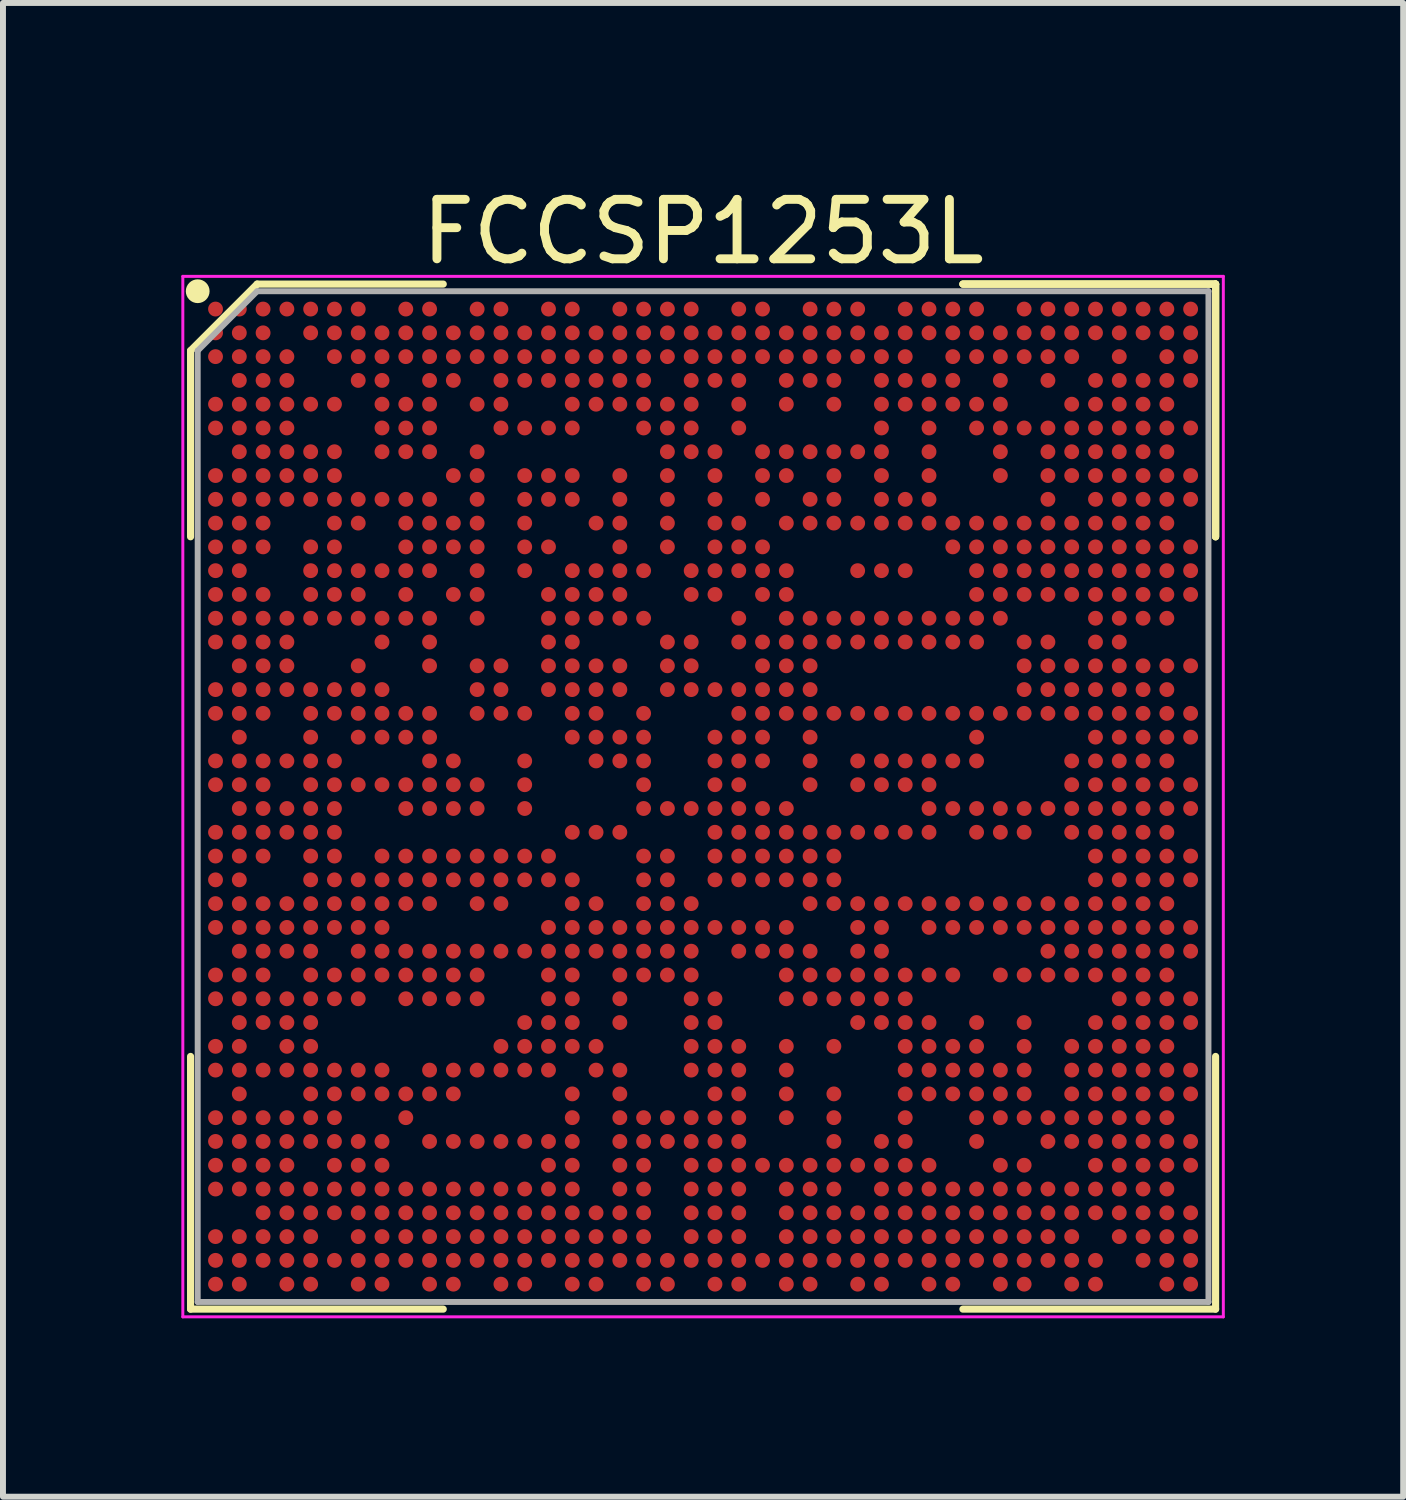
<source format=kicad_pcb>
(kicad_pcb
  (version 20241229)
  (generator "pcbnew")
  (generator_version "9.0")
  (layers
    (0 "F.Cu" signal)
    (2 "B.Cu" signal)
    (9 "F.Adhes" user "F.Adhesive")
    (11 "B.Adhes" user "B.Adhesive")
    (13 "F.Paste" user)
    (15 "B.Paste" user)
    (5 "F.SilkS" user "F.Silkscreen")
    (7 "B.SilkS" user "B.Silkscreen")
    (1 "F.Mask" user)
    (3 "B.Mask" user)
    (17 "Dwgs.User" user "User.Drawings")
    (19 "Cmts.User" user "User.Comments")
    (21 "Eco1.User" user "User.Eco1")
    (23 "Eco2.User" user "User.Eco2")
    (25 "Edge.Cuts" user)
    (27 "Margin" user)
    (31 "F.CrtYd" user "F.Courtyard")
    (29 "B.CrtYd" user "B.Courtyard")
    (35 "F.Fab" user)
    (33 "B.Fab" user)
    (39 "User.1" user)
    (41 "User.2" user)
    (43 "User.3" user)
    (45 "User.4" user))
  (footprint "FCCSP1253L"
    (layer "F.Cu")
    (at 8.775 10.348)
    (property "Reference" "FCCSP1253L" (at 0 -9.5 0) (layer "F.SilkS") (effects (font (size 1 1) (thickness 0.15))))
    (attr through_hole)
    (fp_line (start -8.62 -7.5) (end -8.62 -4.37) (stroke (width 0.12) (type solid)) (layer "F.SilkS"))
    (fp_line (start -8.62 8.62) (end -8.62 4.37) (stroke (width 0.12) (type solid)) (layer "F.SilkS"))
    (fp_line (start -7.5 -8.62) (end -8.62 -7.5) (stroke (width 0.12) (type solid)) (layer "F.SilkS"))
    (fp_line (start -4.37 -8.62) (end -7.5 -8.62) (stroke (width 0.12) (type solid)) (layer "F.SilkS"))
    (fp_line (start -4.37 8.62) (end -8.62 8.62) (stroke (width 0.12) (type solid)) (layer "F.SilkS"))
    (fp_line (start 4.37 -8.62) (end 8.62 -8.62) (stroke (width 0.12) (type solid)) (layer "F.SilkS"))
    (fp_line (start 4.37 -8.62) (end 8.62 -8.62) (stroke (width 0.12) (type solid)) (layer "F.SilkS"))
    (fp_line (start 4.37 -8.62) (end 8.62 -8.62) (stroke (width 0.12) (type solid)) (layer "F.SilkS"))
    (fp_line (start 4.37 8.62) (end 8.62 8.62) (stroke (width 0.12) (type solid)) (layer "F.SilkS"))
    (fp_line (start 8.62 -8.62) (end 8.62 -4.37) (stroke (width 0.12) (type solid)) (layer "F.SilkS"))
    (fp_line (start 8.62 -8.62) (end 8.62 -4.37) (stroke (width 0.12) (type solid)) (layer "F.SilkS"))
    (fp_line (start 8.62 -8.62) (end 8.62 -4.37) (stroke (width 0.12) (type solid)) (layer "F.SilkS"))
    (fp_line (start 8.62 8.62) (end 8.62 4.37) (stroke (width 0.12) (type solid)) (layer "F.SilkS"))
    (fp_circle (center -8.5 -8.5) (end -8.5 -8.4) (stroke (width 0.2) (type solid)) (fill no) (layer "F.SilkS"))
    (fp_line (start -8.75 -8.75) (end 8.75 -8.75) (stroke (width 0.05) (type solid)) (layer "F.CrtYd"))
    (fp_line (start -8.75 8.75) (end -8.75 -8.75) (stroke (width 0.05) (type solid)) (layer "F.CrtYd"))
    (fp_line (start 8.75 -8.75) (end 8.75 8.75) (stroke (width 0.05) (type solid)) (layer "F.CrtYd"))
    (fp_line (start 8.75 8.75) (end -8.75 8.75) (stroke (width 0.05) (type solid)) (layer "F.CrtYd"))
    (fp_line (start -8.5 -7.5) (end -8.5 8.5) (stroke (width 0.1) (type solid)) (layer "F.Fab"))
    (fp_line (start -8.5 8.5) (end 8.5 8.5) (stroke (width 0.1) (type solid)) (layer "F.Fab"))
    (fp_line (start -7.5 -8.5) (end -8.5 -7.5) (stroke (width 0.1) (type solid)) (layer "F.Fab"))
    (fp_line (start 8.5 -8.5) (end -7.5 -8.5) (stroke (width 0.1) (type solid)) (layer "F.Fab"))
    (fp_line (start 8.5 8.5) (end 8.5 -8.5) (stroke (width 0.1) (type solid)) (layer "F.Fab"))
    (pad "A1" smd circle (at -8.2 -8.2) (size 0.25 0.25) (layers "F.Cu" "F.Mask" "F.Paste"))
    (pad "A2" smd circle (at -7.8 -8.2) (size 0.25 0.25) (layers "F.Cu" "F.Mask" "F.Paste"))
    (pad "A3" smd circle (at -7.4 -8.2) (size 0.25 0.25) (layers "F.Cu" "F.Mask" "F.Paste"))
    (pad "A4" smd circle (at -7 -8.2) (size 0.25 0.25) (layers "F.Cu" "F.Mask" "F.Paste"))
    (pad "A5" smd circle (at -6.6 -8.2) (size 0.25 0.25) (layers "F.Cu" "F.Mask" "F.Paste"))
    (pad "A6" smd circle (at -6.2 -8.2) (size 0.25 0.25) (layers "F.Cu" "F.Mask" "F.Paste"))
    (pad "A7" smd circle (at -5.8 -8.2) (size 0.25 0.25) (layers "F.Cu" "F.Mask" "F.Paste"))
    (pad "A9" smd circle (at -5 -8.2) (size 0.25 0.25) (layers "F.Cu" "F.Mask" "F.Paste"))
    (pad "A10" smd circle (at -4.6 -8.2) (size 0.25 0.25) (layers "F.Cu" "F.Mask" "F.Paste"))
    (pad "A12" smd circle (at -3.8 -8.2) (size 0.25 0.25) (layers "F.Cu" "F.Mask" "F.Paste"))
    (pad "A13" smd circle (at -3.4 -8.2) (size 0.25 0.25) (layers "F.Cu" "F.Mask" "F.Paste"))
    (pad "A15" smd circle (at -2.6 -8.2) (size 0.25 0.25) (layers "F.Cu" "F.Mask" "F.Paste"))
    (pad "A16" smd circle (at -2.2 -8.2) (size 0.25 0.25) (layers "F.Cu" "F.Mask" "F.Paste"))
    (pad "A18" smd circle (at -1.4 -8.2) (size 0.25 0.25) (layers "F.Cu" "F.Mask" "F.Paste"))
    (pad "A19" smd circle (at -1 -8.2) (size 0.25 0.25) (layers "F.Cu" "F.Mask" "F.Paste"))
    (pad "A20" smd circle (at -0.6 -8.2) (size 0.25 0.25) (layers "F.Cu" "F.Mask" "F.Paste"))
    (pad "A21" smd circle (at -0.2 -8.2) (size 0.25 0.25) (layers "F.Cu" "F.Mask" "F.Paste"))
    (pad "A23" smd circle (at 0.6 -8.2) (size 0.25 0.25) (layers "F.Cu" "F.Mask" "F.Paste"))
    (pad "A24" smd circle (at 1 -8.2) (size 0.25 0.25) (layers "F.Cu" "F.Mask" "F.Paste"))
    (pad "A26" smd circle (at 1.8 -8.2) (size 0.25 0.25) (layers "F.Cu" "F.Mask" "F.Paste"))
    (pad "A27" smd circle (at 2.2 -8.2) (size 0.25 0.25) (layers "F.Cu" "F.Mask" "F.Paste"))
    (pad "A28" smd circle (at 2.6 -8.2) (size 0.25 0.25) (layers "F.Cu" "F.Mask" "F.Paste"))
    (pad "A30" smd circle (at 3.4 -8.2) (size 0.25 0.25) (layers "F.Cu" "F.Mask" "F.Paste"))
    (pad "A31" smd circle (at 3.8 -8.2) (size 0.25 0.25) (layers "F.Cu" "F.Mask" "F.Paste"))
    (pad "A32" smd circle (at 4.2 -8.2) (size 0.25 0.25) (layers "F.Cu" "F.Mask" "F.Paste"))
    (pad "A33" smd circle (at 4.6 -8.2) (size 0.25 0.25) (layers "F.Cu" "F.Mask" "F.Paste"))
    (pad "A35" smd circle (at 5.4 -8.2) (size 0.25 0.25) (layers "F.Cu" "F.Mask" "F.Paste"))
    (pad "A36" smd circle (at 5.8 -8.2) (size 0.25 0.25) (layers "F.Cu" "F.Mask" "F.Paste"))
    (pad "A37" smd circle (at 6.2 -8.2) (size 0.25 0.25) (layers "F.Cu" "F.Mask" "F.Paste"))
    (pad "A38" smd circle (at 6.6 -8.2) (size 0.25 0.25) (layers "F.Cu" "F.Mask" "F.Paste"))
    (pad "A39" smd circle (at 7 -8.2) (size 0.25 0.25) (layers "F.Cu" "F.Mask" "F.Paste"))
    (pad "A40" smd circle (at 7.4 -8.2) (size 0.25 0.25) (layers "F.Cu" "F.Mask" "F.Paste"))
    (pad "A41" smd circle (at 7.8 -8.2) (size 0.25 0.25) (layers "F.Cu" "F.Mask" "F.Paste"))
    (pad "A42" smd circle (at 8.2 -8.2) (size 0.25 0.25) (layers "F.Cu" "F.Mask" "F.Paste"))
    (pad "AA1" smd circle (at -8.2 -0.2) (size 0.25 0.25) (layers "F.Cu" "F.Mask" "F.Paste"))
    (pad "AA2" smd circle (at -7.8 -0.2) (size 0.25 0.25) (layers "F.Cu" "F.Mask" "F.Paste"))
    (pad "AA3" smd circle (at -7.4 -0.2) (size 0.25 0.25) (layers "F.Cu" "F.Mask" "F.Paste"))
    (pad "AA5" smd circle (at -6.6 -0.2) (size 0.25 0.25) (layers "F.Cu" "F.Mask" "F.Paste"))
    (pad "AA6" smd circle (at -6.2 -0.2) (size 0.25 0.25) (layers "F.Cu" "F.Mask" "F.Paste"))
    (pad "AA7" smd circle (at -5.8 -0.2) (size 0.25 0.25) (layers "F.Cu" "F.Mask" "F.Paste"))
    (pad "AA8" smd circle (at -5.4 -0.2) (size 0.25 0.25) (layers "F.Cu" "F.Mask" "F.Paste"))
    (pad "AA9" smd circle (at -5 -0.2) (size 0.25 0.25) (layers "F.Cu" "F.Mask" "F.Paste"))
    (pad "AA10" smd circle (at -4.6 -0.2) (size 0.25 0.25) (layers "F.Cu" "F.Mask" "F.Paste"))
    (pad "AA11" smd circle (at -4.2 -0.2) (size 0.25 0.25) (layers "F.Cu" "F.Mask" "F.Paste"))
    (pad "AA12" smd circle (at -3.8 -0.2) (size 0.25 0.25) (layers "F.Cu" "F.Mask" "F.Paste"))
    (pad "AA14" smd circle (at -3 -0.2) (size 0.25 0.25) (layers "F.Cu" "F.Mask" "F.Paste"))
    (pad "AA19" smd circle (at -1 -0.2) (size 0.25 0.25) (layers "F.Cu" "F.Mask" "F.Paste"))
    (pad "AA22" smd circle (at 0.2 -0.2) (size 0.25 0.25) (layers "F.Cu" "F.Mask" "F.Paste"))
    (pad "AA23" smd circle (at 0.6 -0.2) (size 0.25 0.25) (layers "F.Cu" "F.Mask" "F.Paste"))
    (pad "AA26" smd circle (at 1.8 -0.2) (size 0.25 0.25) (layers "F.Cu" "F.Mask" "F.Paste"))
    (pad "AA28" smd circle (at 2.6 -0.2) (size 0.25 0.25) (layers "F.Cu" "F.Mask" "F.Paste"))
    (pad "AA29" smd circle (at 3 -0.2) (size 0.25 0.25) (layers "F.Cu" "F.Mask" "F.Paste"))
    (pad "AA30" smd circle (at 3.4 -0.2) (size 0.25 0.25) (layers "F.Cu" "F.Mask" "F.Paste"))
    (pad "AA31" smd circle (at 3.8 -0.2) (size 0.25 0.25) (layers "F.Cu" "F.Mask" "F.Paste"))
    (pad "AA37" smd circle (at 6.2 -0.2) (size 0.25 0.25) (layers "F.Cu" "F.Mask" "F.Paste"))
    (pad "AA38" smd circle (at 6.6 -0.2) (size 0.25 0.25) (layers "F.Cu" "F.Mask" "F.Paste"))
    (pad "AA39" smd circle (at 7 -0.2) (size 0.25 0.25) (layers "F.Cu" "F.Mask" "F.Paste"))
    (pad "AA40" smd circle (at 7.4 -0.2) (size 0.25 0.25) (layers "F.Cu" "F.Mask" "F.Paste"))
    (pad "AA41" smd circle (at 7.8 -0.2) (size 0.25 0.25) (layers "F.Cu" "F.Mask" "F.Paste"))
    (pad "AA42" smd circle (at 8.2 -0.2) (size 0.25 0.25) (layers "F.Cu" "F.Mask" "F.Paste"))
    (pad "AB2" smd circle (at -7.8 0.2) (size 0.25 0.25) (layers "F.Cu" "F.Mask" "F.Paste"))
    (pad "AB3" smd circle (at -7.4 0.2) (size 0.25 0.25) (layers "F.Cu" "F.Mask" "F.Paste"))
    (pad "AB4" smd circle (at -7 0.2) (size 0.25 0.25) (layers "F.Cu" "F.Mask" "F.Paste"))
    (pad "AB5" smd circle (at -6.6 0.2) (size 0.25 0.25) (layers "F.Cu" "F.Mask" "F.Paste"))
    (pad "AB6" smd circle (at -6.2 0.2) (size 0.25 0.25) (layers "F.Cu" "F.Mask" "F.Paste"))
    (pad "AB9" smd circle (at -5 0.2) (size 0.25 0.25) (layers "F.Cu" "F.Mask" "F.Paste"))
    (pad "AB10" smd circle (at -4.6 0.2) (size 0.25 0.25) (layers "F.Cu" "F.Mask" "F.Paste"))
    (pad "AB11" smd circle (at -4.2 0.2) (size 0.25 0.25) (layers "F.Cu" "F.Mask" "F.Paste"))
    (pad "AB12" smd circle (at -3.8 0.2) (size 0.25 0.25) (layers "F.Cu" "F.Mask" "F.Paste"))
    (pad "AB14" smd circle (at -3 0.2) (size 0.25 0.25) (layers "F.Cu" "F.Mask" "F.Paste"))
    (pad "AB19" smd circle (at -1 0.2) (size 0.25 0.25) (layers "F.Cu" "F.Mask" "F.Paste"))
    (pad "AB20" smd circle (at -0.6 0.2) (size 0.25 0.25) (layers "F.Cu" "F.Mask" "F.Paste"))
    (pad "AB21" smd circle (at -0.2 0.2) (size 0.25 0.25) (layers "F.Cu" "F.Mask" "F.Paste"))
    (pad "AB22" smd circle (at 0.2 0.2) (size 0.25 0.25) (layers "F.Cu" "F.Mask" "F.Paste"))
    (pad "AB23" smd circle (at 0.6 0.2) (size 0.25 0.25) (layers "F.Cu" "F.Mask" "F.Paste"))
    (pad "AB24" smd circle (at 1 0.2) (size 0.25 0.25) (layers "F.Cu" "F.Mask" "F.Paste"))
    (pad "AB25" smd circle (at 1.4 0.2) (size 0.25 0.25) (layers "F.Cu" "F.Mask" "F.Paste"))
    (pad "AB31" smd circle (at 3.8 0.2) (size 0.25 0.25) (layers "F.Cu" "F.Mask" "F.Paste"))
    (pad "AB32" smd circle (at 4.2 0.2) (size 0.25 0.25) (layers "F.Cu" "F.Mask" "F.Paste"))
    (pad "AB33" smd circle (at 4.6 0.2) (size 0.25 0.25) (layers "F.Cu" "F.Mask" "F.Paste"))
    (pad "AB34" smd circle (at 5 0.2) (size 0.25 0.25) (layers "F.Cu" "F.Mask" "F.Paste"))
    (pad "AB35" smd circle (at 5.4 0.2) (size 0.25 0.25) (layers "F.Cu" "F.Mask" "F.Paste"))
    (pad "AB36" smd circle (at 5.8 0.2) (size 0.25 0.25) (layers "F.Cu" "F.Mask" "F.Paste"))
    (pad "AB37" smd circle (at 6.2 0.2) (size 0.25 0.25) (layers "F.Cu" "F.Mask" "F.Paste"))
    (pad "AB38" smd circle (at 6.6 0.2) (size 0.25 0.25) (layers "F.Cu" "F.Mask" "F.Paste"))
    (pad "AB39" smd circle (at 7 0.2) (size 0.25 0.25) (layers "F.Cu" "F.Mask" "F.Paste"))
    (pad "AB40" smd circle (at 7.4 0.2) (size 0.25 0.25) (layers "F.Cu" "F.Mask" "F.Paste"))
    (pad "AB41" smd circle (at 7.8 0.2) (size 0.25 0.25) (layers "F.Cu" "F.Mask" "F.Paste"))
    (pad "AB42" smd circle (at 8.2 0.2) (size 0.25 0.25) (layers "F.Cu" "F.Mask" "F.Paste"))
    (pad "AC1" smd circle (at -8.2 0.6) (size 0.25 0.25) (layers "F.Cu" "F.Mask" "F.Paste"))
    (pad "AC2" smd circle (at -7.8 0.6) (size 0.25 0.25) (layers "F.Cu" "F.Mask" "F.Paste"))
    (pad "AC3" smd circle (at -7.4 0.6) (size 0.25 0.25) (layers "F.Cu" "F.Mask" "F.Paste"))
    (pad "AC4" smd circle (at -7 0.6) (size 0.25 0.25) (layers "F.Cu" "F.Mask" "F.Paste"))
    (pad "AC5" smd circle (at -6.6 0.6) (size 0.25 0.25) (layers "F.Cu" "F.Mask" "F.Paste"))
    (pad "AC6" smd circle (at -6.2 0.6) (size 0.25 0.25) (layers "F.Cu" "F.Mask" "F.Paste"))
    (pad "AC16" smd circle (at -2.2 0.6) (size 0.25 0.25) (layers "F.Cu" "F.Mask" "F.Paste"))
    (pad "AC17" smd circle (at -1.8 0.6) (size 0.25 0.25) (layers "F.Cu" "F.Mask" "F.Paste"))
    (pad "AC18" smd circle (at -1.4 0.6) (size 0.25 0.25) (layers "F.Cu" "F.Mask" "F.Paste"))
    (pad "AC22" smd circle (at 0.2 0.6) (size 0.25 0.25) (layers "F.Cu" "F.Mask" "F.Paste"))
    (pad "AC23" smd circle (at 0.6 0.6) (size 0.25 0.25) (layers "F.Cu" "F.Mask" "F.Paste"))
    (pad "AC24" smd circle (at 1 0.6) (size 0.25 0.25) (layers "F.Cu" "F.Mask" "F.Paste"))
    (pad "AC25" smd circle (at 1.4 0.6) (size 0.25 0.25) (layers "F.Cu" "F.Mask" "F.Paste"))
    (pad "AC26" smd circle (at 1.8 0.6) (size 0.25 0.25) (layers "F.Cu" "F.Mask" "F.Paste"))
    (pad "AC27" smd circle (at 2.2 0.6) (size 0.25 0.25) (layers "F.Cu" "F.Mask" "F.Paste"))
    (pad "AC28" smd circle (at 2.6 0.6) (size 0.25 0.25) (layers "F.Cu" "F.Mask" "F.Paste"))
    (pad "AC29" smd circle (at 3 0.6) (size 0.25 0.25) (layers "F.Cu" "F.Mask" "F.Paste"))
    (pad "AC30" smd circle (at 3.4 0.6) (size 0.25 0.25) (layers "F.Cu" "F.Mask" "F.Paste"))
    (pad "AC31" smd circle (at 3.8 0.6) (size 0.25 0.25) (layers "F.Cu" "F.Mask" "F.Paste"))
    (pad "AC33" smd circle (at 4.6 0.6) (size 0.25 0.25) (layers "F.Cu" "F.Mask" "F.Paste"))
    (pad "AC34" smd circle (at 5 0.6) (size 0.25 0.25) (layers "F.Cu" "F.Mask" "F.Paste"))
    (pad "AC35" smd circle (at 5.4 0.6) (size 0.25 0.25) (layers "F.Cu" "F.Mask" "F.Paste"))
    (pad "AC37" smd circle (at 6.2 0.6) (size 0.25 0.25) (layers "F.Cu" "F.Mask" "F.Paste"))
    (pad "AC38" smd circle (at 6.6 0.6) (size 0.25 0.25) (layers "F.Cu" "F.Mask" "F.Paste"))
    (pad "AC39" smd circle (at 7 0.6) (size 0.25 0.25) (layers "F.Cu" "F.Mask" "F.Paste"))
    (pad "AC40" smd circle (at 7.4 0.6) (size 0.25 0.25) (layers "F.Cu" "F.Mask" "F.Paste"))
    (pad "AC41" smd circle (at 7.8 0.6) (size 0.25 0.25) (layers "F.Cu" "F.Mask" "F.Paste"))
    (pad "AD1" smd circle (at -8.2 1) (size 0.25 0.25) (layers "F.Cu" "F.Mask" "F.Paste"))
    (pad "AD2" smd circle (at -7.8 1) (size 0.25 0.25) (layers "F.Cu" "F.Mask" "F.Paste"))
    (pad "AD3" smd circle (at -7.4 1) (size 0.25 0.25) (layers "F.Cu" "F.Mask" "F.Paste"))
    (pad "AD5" smd circle (at -6.6 1) (size 0.25 0.25) (layers "F.Cu" "F.Mask" "F.Paste"))
    (pad "AD6" smd circle (at -6.2 1) (size 0.25 0.25) (layers "F.Cu" "F.Mask" "F.Paste"))
    (pad "AD8" smd circle (at -5.4 1) (size 0.25 0.25) (layers "F.Cu" "F.Mask" "F.Paste"))
    (pad "AD9" smd circle (at -5 1) (size 0.25 0.25) (layers "F.Cu" "F.Mask" "F.Paste"))
    (pad "AD10" smd circle (at -4.6 1) (size 0.25 0.25) (layers "F.Cu" "F.Mask" "F.Paste"))
    (pad "AD11" smd circle (at -4.2 1) (size 0.25 0.25) (layers "F.Cu" "F.Mask" "F.Paste"))
    (pad "AD12" smd circle (at -3.8 1) (size 0.25 0.25) (layers "F.Cu" "F.Mask" "F.Paste"))
    (pad "AD13" smd circle (at -3.4 1) (size 0.25 0.25) (layers "F.Cu" "F.Mask" "F.Paste"))
    (pad "AD14" smd circle (at -3 1) (size 0.25 0.25) (layers "F.Cu" "F.Mask" "F.Paste"))
    (pad "AD15" smd circle (at -2.6 1) (size 0.25 0.25) (layers "F.Cu" "F.Mask" "F.Paste"))
    (pad "AD19" smd circle (at -1 1) (size 0.25 0.25) (layers "F.Cu" "F.Mask" "F.Paste"))
    (pad "AD20" smd circle (at -0.6 1) (size 0.25 0.25) (layers "F.Cu" "F.Mask" "F.Paste"))
    (pad "AD22" smd circle (at 0.2 1) (size 0.25 0.25) (layers "F.Cu" "F.Mask" "F.Paste"))
    (pad "AD23" smd circle (at 0.6 1) (size 0.25 0.25) (layers "F.Cu" "F.Mask" "F.Paste"))
    (pad "AD24" smd circle (at 1 1) (size 0.25 0.25) (layers "F.Cu" "F.Mask" "F.Paste"))
    (pad "AD25" smd circle (at 1.4 1) (size 0.25 0.25) (layers "F.Cu" "F.Mask" "F.Paste"))
    (pad "AD26" smd circle (at 1.8 1) (size 0.25 0.25) (layers "F.Cu" "F.Mask" "F.Paste"))
    (pad "AD27" smd circle (at 2.2 1) (size 0.25 0.25) (layers "F.Cu" "F.Mask" "F.Paste"))
    (pad "AD38" smd circle (at 6.6 1) (size 0.25 0.25) (layers "F.Cu" "F.Mask" "F.Paste"))
    (pad "AD39" smd circle (at 7 1) (size 0.25 0.25) (layers "F.Cu" "F.Mask" "F.Paste"))
    (pad "AD40" smd circle (at 7.4 1) (size 0.25 0.25) (layers "F.Cu" "F.Mask" "F.Paste"))
    (pad "AD41" smd circle (at 7.8 1) (size 0.25 0.25) (layers "F.Cu" "F.Mask" "F.Paste"))
    (pad "AD42" smd circle (at 8.2 1) (size 0.25 0.25) (layers "F.Cu" "F.Mask" "F.Paste"))
    (pad "AE1" smd circle (at -8.2 1.4) (size 0.25 0.25) (layers "F.Cu" "F.Mask" "F.Paste"))
    (pad "AE2" smd circle (at -7.8 1.4) (size 0.25 0.25) (layers "F.Cu" "F.Mask" "F.Paste"))
    (pad "AE5" smd circle (at -6.6 1.4) (size 0.25 0.25) (layers "F.Cu" "F.Mask" "F.Paste"))
    (pad "AE6" smd circle (at -6.2 1.4) (size 0.25 0.25) (layers "F.Cu" "F.Mask" "F.Paste"))
    (pad "AE7" smd circle (at -5.8 1.4) (size 0.25 0.25) (layers "F.Cu" "F.Mask" "F.Paste"))
    (pad "AE8" smd circle (at -5.4 1.4) (size 0.25 0.25) (layers "F.Cu" "F.Mask" "F.Paste"))
    (pad "AE9" smd circle (at -5 1.4) (size 0.25 0.25) (layers "F.Cu" "F.Mask" "F.Paste"))
    (pad "AE10" smd circle (at -4.6 1.4) (size 0.25 0.25) (layers "F.Cu" "F.Mask" "F.Paste"))
    (pad "AE11" smd circle (at -4.2 1.4) (size 0.25 0.25) (layers "F.Cu" "F.Mask" "F.Paste"))
    (pad "AE12" smd circle (at -3.8 1.4) (size 0.25 0.25) (layers "F.Cu" "F.Mask" "F.Paste"))
    (pad "AE13" smd circle (at -3.4 1.4) (size 0.25 0.25) (layers "F.Cu" "F.Mask" "F.Paste"))
    (pad "AE14" smd circle (at -3 1.4) (size 0.25 0.25) (layers "F.Cu" "F.Mask" "F.Paste"))
    (pad "AE15" smd circle (at -2.6 1.4) (size 0.25 0.25) (layers "F.Cu" "F.Mask" "F.Paste"))
    (pad "AE16" smd circle (at -2.2 1.4) (size 0.25 0.25) (layers "F.Cu" "F.Mask" "F.Paste"))
    (pad "AE19" smd circle (at -1 1.4) (size 0.25 0.25) (layers "F.Cu" "F.Mask" "F.Paste"))
    (pad "AE20" smd circle (at -0.6 1.4) (size 0.25 0.25) (layers "F.Cu" "F.Mask" "F.Paste"))
    (pad "AE22" smd circle (at 0.2 1.4) (size 0.25 0.25) (layers "F.Cu" "F.Mask" "F.Paste"))
    (pad "AE23" smd circle (at 0.6 1.4) (size 0.25 0.25) (layers "F.Cu" "F.Mask" "F.Paste"))
    (pad "AE24" smd circle (at 1 1.4) (size 0.25 0.25) (layers "F.Cu" "F.Mask" "F.Paste"))
    (pad "AE25" smd circle (at 1.4 1.4) (size 0.25 0.25) (layers "F.Cu" "F.Mask" "F.Paste"))
    (pad "AE26" smd circle (at 1.8 1.4) (size 0.25 0.25) (layers "F.Cu" "F.Mask" "F.Paste"))
    (pad "AE27" smd circle (at 2.2 1.4) (size 0.25 0.25) (layers "F.Cu" "F.Mask" "F.Paste"))
    (pad "AE38" smd circle (at 6.6 1.4) (size 0.25 0.25) (layers "F.Cu" "F.Mask" "F.Paste"))
    (pad "AE39" smd circle (at 7 1.4) (size 0.25 0.25) (layers "F.Cu" "F.Mask" "F.Paste"))
    (pad "AE40" smd circle (at 7.4 1.4) (size 0.25 0.25) (layers "F.Cu" "F.Mask" "F.Paste"))
    (pad "AE41" smd circle (at 7.8 1.4) (size 0.25 0.25) (layers "F.Cu" "F.Mask" "F.Paste"))
    (pad "AE42" smd circle (at 8.2 1.4) (size 0.25 0.25) (layers "F.Cu" "F.Mask" "F.Paste"))
    (pad "AF1" smd circle (at -8.2 1.8) (size 0.25 0.25) (layers "F.Cu" "F.Mask" "F.Paste"))
    (pad "AF2" smd circle (at -7.8 1.8) (size 0.25 0.25) (layers "F.Cu" "F.Mask" "F.Paste"))
    (pad "AF3" smd circle (at -7.4 1.8) (size 0.25 0.25) (layers "F.Cu" "F.Mask" "F.Paste"))
    (pad "AF4" smd circle (at -7 1.8) (size 0.25 0.25) (layers "F.Cu" "F.Mask" "F.Paste"))
    (pad "AF5" smd circle (at -6.6 1.8) (size 0.25 0.25) (layers "F.Cu" "F.Mask" "F.Paste"))
    (pad "AF6" smd circle (at -6.2 1.8) (size 0.25 0.25) (layers "F.Cu" "F.Mask" "F.Paste"))
    (pad "AF7" smd circle (at -5.8 1.8) (size 0.25 0.25) (layers "F.Cu" "F.Mask" "F.Paste"))
    (pad "AF8" smd circle (at -5.4 1.8) (size 0.25 0.25) (layers "F.Cu" "F.Mask" "F.Paste"))
    (pad "AF9" smd circle (at -5 1.8) (size 0.25 0.25) (layers "F.Cu" "F.Mask" "F.Paste"))
    (pad "AF10" smd circle (at -4.6 1.8) (size 0.25 0.25) (layers "F.Cu" "F.Mask" "F.Paste"))
    (pad "AF12" smd circle (at -3.8 1.8) (size 0.25 0.25) (layers "F.Cu" "F.Mask" "F.Paste"))
    (pad "AF13" smd circle (at -3.4 1.8) (size 0.25 0.25) (layers "F.Cu" "F.Mask" "F.Paste"))
    (pad "AF16" smd circle (at -2.2 1.8) (size 0.25 0.25) (layers "F.Cu" "F.Mask" "F.Paste"))
    (pad "AF17" smd circle (at -1.8 1.8) (size 0.25 0.25) (layers "F.Cu" "F.Mask" "F.Paste"))
    (pad "AF19" smd circle (at -1 1.8) (size 0.25 0.25) (layers "F.Cu" "F.Mask" "F.Paste"))
    (pad "AF20" smd circle (at -0.6 1.8) (size 0.25 0.25) (layers "F.Cu" "F.Mask" "F.Paste"))
    (pad "AF21" smd circle (at -0.2 1.8) (size 0.25 0.25) (layers "F.Cu" "F.Mask" "F.Paste"))
    (pad "AF26" smd circle (at 1.8 1.8) (size 0.25 0.25) (layers "F.Cu" "F.Mask" "F.Paste"))
    (pad "AF27" smd circle (at 2.2 1.8) (size 0.25 0.25) (layers "F.Cu" "F.Mask" "F.Paste"))
    (pad "AF28" smd circle (at 2.6 1.8) (size 0.25 0.25) (layers "F.Cu" "F.Mask" "F.Paste"))
    (pad "AF29" smd circle (at 3 1.8) (size 0.25 0.25) (layers "F.Cu" "F.Mask" "F.Paste"))
    (pad "AF30" smd circle (at 3.4 1.8) (size 0.25 0.25) (layers "F.Cu" "F.Mask" "F.Paste"))
    (pad "AF31" smd circle (at 3.8 1.8) (size 0.25 0.25) (layers "F.Cu" "F.Mask" "F.Paste"))
    (pad "AF32" smd circle (at 4.2 1.8) (size 0.25 0.25) (layers "F.Cu" "F.Mask" "F.Paste"))
    (pad "AF33" smd circle (at 4.6 1.8) (size 0.25 0.25) (layers "F.Cu" "F.Mask" "F.Paste"))
    (pad "AF34" smd circle (at 5 1.8) (size 0.25 0.25) (layers "F.Cu" "F.Mask" "F.Paste"))
    (pad "AF35" smd circle (at 5.4 1.8) (size 0.25 0.25) (layers "F.Cu" "F.Mask" "F.Paste"))
    (pad "AF36" smd circle (at 5.8 1.8) (size 0.25 0.25) (layers "F.Cu" "F.Mask" "F.Paste"))
    (pad "AF37" smd circle (at 6.2 1.8) (size 0.25 0.25) (layers "F.Cu" "F.Mask" "F.Paste"))
    (pad "AF38" smd circle (at 6.6 1.8) (size 0.25 0.25) (layers "F.Cu" "F.Mask" "F.Paste"))
    (pad "AF39" smd circle (at 7 1.8) (size 0.25 0.25) (layers "F.Cu" "F.Mask" "F.Paste"))
    (pad "AF40" smd circle (at 7.4 1.8) (size 0.25 0.25) (layers "F.Cu" "F.Mask" "F.Paste"))
    (pad "AF41" smd circle (at 7.8 1.8) (size 0.25 0.25) (layers "F.Cu" "F.Mask" "F.Paste"))
    (pad "AG1" smd circle (at -8.2 2.2) (size 0.25 0.25) (layers "F.Cu" "F.Mask" "F.Paste"))
    (pad "AG2" smd circle (at -7.8 2.2) (size 0.25 0.25) (layers "F.Cu" "F.Mask" "F.Paste"))
    (pad "AG3" smd circle (at -7.4 2.2) (size 0.25 0.25) (layers "F.Cu" "F.Mask" "F.Paste"))
    (pad "AG4" smd circle (at -7 2.2) (size 0.25 0.25) (layers "F.Cu" "F.Mask" "F.Paste"))
    (pad "AG5" smd circle (at -6.6 2.2) (size 0.25 0.25) (layers "F.Cu" "F.Mask" "F.Paste"))
    (pad "AG6" smd circle (at -6.2 2.2) (size 0.25 0.25) (layers "F.Cu" "F.Mask" "F.Paste"))
    (pad "AG7" smd circle (at -5.8 2.2) (size 0.25 0.25) (layers "F.Cu" "F.Mask" "F.Paste"))
    (pad "AG8" smd circle (at -5.4 2.2) (size 0.25 0.25) (layers "F.Cu" "F.Mask" "F.Paste"))
    (pad "AG15" smd circle (at -2.6 2.2) (size 0.25 0.25) (layers "F.Cu" "F.Mask" "F.Paste"))
    (pad "AG16" smd circle (at -2.2 2.2) (size 0.25 0.25) (layers "F.Cu" "F.Mask" "F.Paste"))
    (pad "AG17" smd circle (at -1.8 2.2) (size 0.25 0.25) (layers "F.Cu" "F.Mask" "F.Paste"))
    (pad "AG18" smd circle (at -1.4 2.2) (size 0.25 0.25) (layers "F.Cu" "F.Mask" "F.Paste"))
    (pad "AG19" smd circle (at -1 2.2) (size 0.25 0.25) (layers "F.Cu" "F.Mask" "F.Paste"))
    (pad "AG20" smd circle (at -0.6 2.2) (size 0.25 0.25) (layers "F.Cu" "F.Mask" "F.Paste"))
    (pad "AG21" smd circle (at -0.2 2.2) (size 0.25 0.25) (layers "F.Cu" "F.Mask" "F.Paste"))
    (pad "AG22" smd circle (at 0.2 2.2) (size 0.25 0.25) (layers "F.Cu" "F.Mask" "F.Paste"))
    (pad "AG23" smd circle (at 0.6 2.2) (size 0.25 0.25) (layers "F.Cu" "F.Mask" "F.Paste"))
    (pad "AG24" smd circle (at 1 2.2) (size 0.25 0.25) (layers "F.Cu" "F.Mask" "F.Paste"))
    (pad "AG25" smd circle (at 1.4 2.2) (size 0.25 0.25) (layers "F.Cu" "F.Mask" "F.Paste"))
    (pad "AG28" smd circle (at 2.6 2.2) (size 0.25 0.25) (layers "F.Cu" "F.Mask" "F.Paste"))
    (pad "AG29" smd circle (at 3 2.2) (size 0.25 0.25) (layers "F.Cu" "F.Mask" "F.Paste"))
    (pad "AG31" smd circle (at 3.8 2.2) (size 0.25 0.25) (layers "F.Cu" "F.Mask" "F.Paste"))
    (pad "AG32" smd circle (at 4.2 2.2) (size 0.25 0.25) (layers "F.Cu" "F.Mask" "F.Paste"))
    (pad "AG33" smd circle (at 4.6 2.2) (size 0.25 0.25) (layers "F.Cu" "F.Mask" "F.Paste"))
    (pad "AG34" smd circle (at 5 2.2) (size 0.25 0.25) (layers "F.Cu" "F.Mask" "F.Paste"))
    (pad "AG35" smd circle (at 5.4 2.2) (size 0.25 0.25) (layers "F.Cu" "F.Mask" "F.Paste"))
    (pad "AG36" smd circle (at 5.8 2.2) (size 0.25 0.25) (layers "F.Cu" "F.Mask" "F.Paste"))
    (pad "AG37" smd circle (at 6.2 2.2) (size 0.25 0.25) (layers "F.Cu" "F.Mask" "F.Paste"))
    (pad "AG38" smd circle (at 6.6 2.2) (size 0.25 0.25) (layers "F.Cu" "F.Mask" "F.Paste"))
    (pad "AG39" smd circle (at 7 2.2) (size 0.25 0.25) (layers "F.Cu" "F.Mask" "F.Paste"))
    (pad "AG40" smd circle (at 7.4 2.2) (size 0.25 0.25) (layers "F.Cu" "F.Mask" "F.Paste"))
    (pad "AG41" smd circle (at 7.8 2.2) (size 0.25 0.25) (layers "F.Cu" "F.Mask" "F.Paste"))
    (pad "AG42" smd circle (at 8.2 2.2) (size 0.25 0.25) (layers "F.Cu" "F.Mask" "F.Paste"))
    (pad "AH2" smd circle (at -7.8 2.6) (size 0.25 0.25) (layers "F.Cu" "F.Mask" "F.Paste"))
    (pad "AH3" smd circle (at -7.4 2.6) (size 0.25 0.25) (layers "F.Cu" "F.Mask" "F.Paste"))
    (pad "AH4" smd circle (at -7 2.6) (size 0.25 0.25) (layers "F.Cu" "F.Mask" "F.Paste"))
    (pad "AH5" smd circle (at -6.6 2.6) (size 0.25 0.25) (layers "F.Cu" "F.Mask" "F.Paste"))
    (pad "AH7" smd circle (at -5.8 2.6) (size 0.25 0.25) (layers "F.Cu" "F.Mask" "F.Paste"))
    (pad "AH8" smd circle (at -5.4 2.6) (size 0.25 0.25) (layers "F.Cu" "F.Mask" "F.Paste"))
    (pad "AH9" smd circle (at -5 2.6) (size 0.25 0.25) (layers "F.Cu" "F.Mask" "F.Paste"))
    (pad "AH10" smd circle (at -4.6 2.6) (size 0.25 0.25) (layers "F.Cu" "F.Mask" "F.Paste"))
    (pad "AH11" smd circle (at -4.2 2.6) (size 0.25 0.25) (layers "F.Cu" "F.Mask" "F.Paste"))
    (pad "AH12" smd circle (at -3.8 2.6) (size 0.25 0.25) (layers "F.Cu" "F.Mask" "F.Paste"))
    (pad "AH13" smd circle (at -3.4 2.6) (size 0.25 0.25) (layers "F.Cu" "F.Mask" "F.Paste"))
    (pad "AH14" smd circle (at -3 2.6) (size 0.25 0.25) (layers "F.Cu" "F.Mask" "F.Paste"))
    (pad "AH15" smd circle (at -2.6 2.6) (size 0.25 0.25) (layers "F.Cu" "F.Mask" "F.Paste"))
    (pad "AH16" smd circle (at -2.2 2.6) (size 0.25 0.25) (layers "F.Cu" "F.Mask" "F.Paste"))
    (pad "AH17" smd circle (at -1.8 2.6) (size 0.25 0.25) (layers "F.Cu" "F.Mask" "F.Paste"))
    (pad "AH18" smd circle (at -1.4 2.6) (size 0.25 0.25) (layers "F.Cu" "F.Mask" "F.Paste"))
    (pad "AH19" smd circle (at -1 2.6) (size 0.25 0.25) (layers "F.Cu" "F.Mask" "F.Paste"))
    (pad "AH20" smd circle (at -0.6 2.6) (size 0.25 0.25) (layers "F.Cu" "F.Mask" "F.Paste"))
    (pad "AH21" smd circle (at -0.2 2.6) (size 0.25 0.25) (layers "F.Cu" "F.Mask" "F.Paste"))
    (pad "AH23" smd circle (at 0.6 2.6) (size 0.25 0.25) (layers "F.Cu" "F.Mask" "F.Paste"))
    (pad "AH24" smd circle (at 1 2.6) (size 0.25 0.25) (layers "F.Cu" "F.Mask" "F.Paste"))
    (pad "AH25" smd circle (at 1.4 2.6) (size 0.25 0.25) (layers "F.Cu" "F.Mask" "F.Paste"))
    (pad "AH26" smd circle (at 1.8 2.6) (size 0.25 0.25) (layers "F.Cu" "F.Mask" "F.Paste"))
    (pad "AH28" smd circle (at 2.6 2.6) (size 0.25 0.25) (layers "F.Cu" "F.Mask" "F.Paste"))
    (pad "AH29" smd circle (at 3 2.6) (size 0.25 0.25) (layers "F.Cu" "F.Mask" "F.Paste"))
    (pad "AH36" smd circle (at 5.8 2.6) (size 0.25 0.25) (layers "F.Cu" "F.Mask" "F.Paste"))
    (pad "AH37" smd circle (at 6.2 2.6) (size 0.25 0.25) (layers "F.Cu" "F.Mask" "F.Paste"))
    (pad "AH38" smd circle (at 6.6 2.6) (size 0.25 0.25) (layers "F.Cu" "F.Mask" "F.Paste"))
    (pad "AH39" smd circle (at 7 2.6) (size 0.25 0.25) (layers "F.Cu" "F.Mask" "F.Paste"))
    (pad "AH40" smd circle (at 7.4 2.6) (size 0.25 0.25) (layers "F.Cu" "F.Mask" "F.Paste"))
    (pad "AH41" smd circle (at 7.8 2.6) (size 0.25 0.25) (layers "F.Cu" "F.Mask" "F.Paste"))
    (pad "AH42" smd circle (at 8.2 2.6) (size 0.25 0.25) (layers "F.Cu" "F.Mask" "F.Paste"))
    (pad "AJ1" smd circle (at -8.2 3) (size 0.25 0.25) (layers "F.Cu" "F.Mask" "F.Paste"))
    (pad "AJ2" smd circle (at -7.8 3) (size 0.25 0.25) (layers "F.Cu" "F.Mask" "F.Paste"))
    (pad "AJ3" smd circle (at -7.4 3) (size 0.25 0.25) (layers "F.Cu" "F.Mask" "F.Paste"))
    (pad "AJ5" smd circle (at -6.6 3) (size 0.25 0.25) (layers "F.Cu" "F.Mask" "F.Paste"))
    (pad "AJ6" smd circle (at -6.2 3) (size 0.25 0.25) (layers "F.Cu" "F.Mask" "F.Paste"))
    (pad "AJ7" smd circle (at -5.8 3) (size 0.25 0.25) (layers "F.Cu" "F.Mask" "F.Paste"))
    (pad "AJ8" smd circle (at -5.4 3) (size 0.25 0.25) (layers "F.Cu" "F.Mask" "F.Paste"))
    (pad "AJ9" smd circle (at -5 3) (size 0.25 0.25) (layers "F.Cu" "F.Mask" "F.Paste"))
    (pad "AJ10" smd circle (at -4.6 3) (size 0.25 0.25) (layers "F.Cu" "F.Mask" "F.Paste"))
    (pad "AJ11" smd circle (at -4.2 3) (size 0.25 0.25) (layers "F.Cu" "F.Mask" "F.Paste"))
    (pad "AJ12" smd circle (at -3.8 3) (size 0.25 0.25) (layers "F.Cu" "F.Mask" "F.Paste"))
    (pad "AJ15" smd circle (at -2.6 3) (size 0.25 0.25) (layers "F.Cu" "F.Mask" "F.Paste"))
    (pad "AJ16" smd circle (at -2.2 3) (size 0.25 0.25) (layers "F.Cu" "F.Mask" "F.Paste"))
    (pad "AJ18" smd circle (at -1.4 3) (size 0.25 0.25) (layers "F.Cu" "F.Mask" "F.Paste"))
    (pad "AJ19" smd circle (at -1 3) (size 0.25 0.25) (layers "F.Cu" "F.Mask" "F.Paste"))
    (pad "AJ20" smd circle (at -0.6 3) (size 0.25 0.25) (layers "F.Cu" "F.Mask" "F.Paste"))
    (pad "AJ21" smd circle (at -0.2 3) (size 0.25 0.25) (layers "F.Cu" "F.Mask" "F.Paste"))
    (pad "AJ25" smd circle (at 1.4 3) (size 0.25 0.25) (layers "F.Cu" "F.Mask" "F.Paste"))
    (pad "AJ26" smd circle (at 1.8 3) (size 0.25 0.25) (layers "F.Cu" "F.Mask" "F.Paste"))
    (pad "AJ27" smd circle (at 2.2 3) (size 0.25 0.25) (layers "F.Cu" "F.Mask" "F.Paste"))
    (pad "AJ28" smd circle (at 2.6 3) (size 0.25 0.25) (layers "F.Cu" "F.Mask" "F.Paste"))
    (pad "AJ29" smd circle (at 3 3) (size 0.25 0.25) (layers "F.Cu" "F.Mask" "F.Paste"))
    (pad "AJ30" smd circle (at 3.4 3) (size 0.25 0.25) (layers "F.Cu" "F.Mask" "F.Paste"))
    (pad "AJ31" smd circle (at 3.8 3) (size 0.25 0.25) (layers "F.Cu" "F.Mask" "F.Paste"))
    (pad "AJ32" smd circle (at 4.2 3) (size 0.25 0.25) (layers "F.Cu" "F.Mask" "F.Paste"))
    (pad "AJ34" smd circle (at 5 3) (size 0.25 0.25) (layers "F.Cu" "F.Mask" "F.Paste"))
    (pad "AJ35" smd circle (at 5.4 3) (size 0.25 0.25) (layers "F.Cu" "F.Mask" "F.Paste"))
    (pad "AJ36" smd circle (at 5.8 3) (size 0.25 0.25) (layers "F.Cu" "F.Mask" "F.Paste"))
    (pad "AJ37" smd circle (at 6.2 3) (size 0.25 0.25) (layers "F.Cu" "F.Mask" "F.Paste"))
    (pad "AJ38" smd circle (at 6.6 3) (size 0.25 0.25) (layers "F.Cu" "F.Mask" "F.Paste"))
    (pad "AJ39" smd circle (at 7 3) (size 0.25 0.25) (layers "F.Cu" "F.Mask" "F.Paste"))
    (pad "AJ40" smd circle (at 7.4 3) (size 0.25 0.25) (layers "F.Cu" "F.Mask" "F.Paste"))
    (pad "AJ41" smd circle (at 7.8 3) (size 0.25 0.25) (layers "F.Cu" "F.Mask" "F.Paste"))
    (pad "AK1" smd circle (at -8.2 3.4) (size 0.25 0.25) (layers "F.Cu" "F.Mask" "F.Paste"))
    (pad "AK2" smd circle (at -7.8 3.4) (size 0.25 0.25) (layers "F.Cu" "F.Mask" "F.Paste"))
    (pad "AK3" smd circle (at -7.4 3.4) (size 0.25 0.25) (layers "F.Cu" "F.Mask" "F.Paste"))
    (pad "AK4" smd circle (at -7 3.4) (size 0.25 0.25) (layers "F.Cu" "F.Mask" "F.Paste"))
    (pad "AK5" smd circle (at -6.6 3.4) (size 0.25 0.25) (layers "F.Cu" "F.Mask" "F.Paste"))
    (pad "AK6" smd circle (at -6.2 3.4) (size 0.25 0.25) (layers "F.Cu" "F.Mask" "F.Paste"))
    (pad "AK7" smd circle (at -5.8 3.4) (size 0.25 0.25) (layers "F.Cu" "F.Mask" "F.Paste"))
    (pad "AK9" smd circle (at -5 3.4) (size 0.25 0.25) (layers "F.Cu" "F.Mask" "F.Paste"))
    (pad "AK10" smd circle (at -4.6 3.4) (size 0.25 0.25) (layers "F.Cu" "F.Mask" "F.Paste"))
    (pad "AK11" smd circle (at -4.2 3.4) (size 0.25 0.25) (layers "F.Cu" "F.Mask" "F.Paste"))
    (pad "AK12" smd circle (at -3.8 3.4) (size 0.25 0.25) (layers "F.Cu" "F.Mask" "F.Paste"))
    (pad "AK15" smd circle (at -2.6 3.4) (size 0.25 0.25) (layers "F.Cu" "F.Mask" "F.Paste"))
    (pad "AK16" smd circle (at -2.2 3.4) (size 0.25 0.25) (layers "F.Cu" "F.Mask" "F.Paste"))
    (pad "AK18" smd circle (at -1.4 3.4) (size 0.25 0.25) (layers "F.Cu" "F.Mask" "F.Paste"))
    (pad "AK21" smd circle (at -0.2 3.4) (size 0.25 0.25) (layers "F.Cu" "F.Mask" "F.Paste"))
    (pad "AK22" smd circle (at 0.2 3.4) (size 0.25 0.25) (layers "F.Cu" "F.Mask" "F.Paste"))
    (pad "AK25" smd circle (at 1.4 3.4) (size 0.25 0.25) (layers "F.Cu" "F.Mask" "F.Paste"))
    (pad "AK26" smd circle (at 1.8 3.4) (size 0.25 0.25) (layers "F.Cu" "F.Mask" "F.Paste"))
    (pad "AK27" smd circle (at 2.2 3.4) (size 0.25 0.25) (layers "F.Cu" "F.Mask" "F.Paste"))
    (pad "AK28" smd circle (at 2.6 3.4) (size 0.25 0.25) (layers "F.Cu" "F.Mask" "F.Paste"))
    (pad "AK29" smd circle (at 3 3.4) (size 0.25 0.25) (layers "F.Cu" "F.Mask" "F.Paste"))
    (pad "AK30" smd circle (at 3.4 3.4) (size 0.25 0.25) (layers "F.Cu" "F.Mask" "F.Paste"))
    (pad "AK39" smd circle (at 7 3.4) (size 0.25 0.25) (layers "F.Cu" "F.Mask" "F.Paste"))
    (pad "AK40" smd circle (at 7.4 3.4) (size 0.25 0.25) (layers "F.Cu" "F.Mask" "F.Paste"))
    (pad "AK41" smd circle (at 7.8 3.4) (size 0.25 0.25) (layers "F.Cu" "F.Mask" "F.Paste"))
    (pad "AK42" smd circle (at 8.2 3.4) (size 0.25 0.25) (layers "F.Cu" "F.Mask" "F.Paste"))
    (pad "AL2" smd circle (at -7.8 3.8) (size 0.25 0.25) (layers "F.Cu" "F.Mask" "F.Paste"))
    (pad "AL3" smd circle (at -7.4 3.8) (size 0.25 0.25) (layers "F.Cu" "F.Mask" "F.Paste"))
    (pad "AL4" smd circle (at -7 3.8) (size 0.25 0.25) (layers "F.Cu" "F.Mask" "F.Paste"))
    (pad "AL5" smd circle (at -6.6 3.8) (size 0.25 0.25) (layers "F.Cu" "F.Mask" "F.Paste"))
    (pad "AL14" smd circle (at -3 3.8) (size 0.25 0.25) (layers "F.Cu" "F.Mask" "F.Paste"))
    (pad "AL15" smd circle (at -2.6 3.8) (size 0.25 0.25) (layers "F.Cu" "F.Mask" "F.Paste"))
    (pad "AL16" smd circle (at -2.2 3.8) (size 0.25 0.25) (layers "F.Cu" "F.Mask" "F.Paste"))
    (pad "AL18" smd circle (at -1.4 3.8) (size 0.25 0.25) (layers "F.Cu" "F.Mask" "F.Paste"))
    (pad "AL21" smd circle (at -0.2 3.8) (size 0.25 0.25) (layers "F.Cu" "F.Mask" "F.Paste"))
    (pad "AL22" smd circle (at 0.2 3.8) (size 0.25 0.25) (layers "F.Cu" "F.Mask" "F.Paste"))
    (pad "AL28" smd circle (at 2.6 3.8) (size 0.25 0.25) (layers "F.Cu" "F.Mask" "F.Paste"))
    (pad "AL29" smd circle (at 3 3.8) (size 0.25 0.25) (layers "F.Cu" "F.Mask" "F.Paste"))
    (pad "AL30" smd circle (at 3.4 3.8) (size 0.25 0.25) (layers "F.Cu" "F.Mask" "F.Paste"))
    (pad "AL31" smd circle (at 3.8 3.8) (size 0.25 0.25) (layers "F.Cu" "F.Mask" "F.Paste"))
    (pad "AL33" smd circle (at 4.6 3.8) (size 0.25 0.25) (layers "F.Cu" "F.Mask" "F.Paste"))
    (pad "AL35" smd circle (at 5.4 3.8) (size 0.25 0.25) (layers "F.Cu" "F.Mask" "F.Paste"))
    (pad "AL38" smd circle (at 6.6 3.8) (size 0.25 0.25) (layers "F.Cu" "F.Mask" "F.Paste"))
    (pad "AL39" smd circle (at 7 3.8) (size 0.25 0.25) (layers "F.Cu" "F.Mask" "F.Paste"))
    (pad "AL40" smd circle (at 7.4 3.8) (size 0.25 0.25) (layers "F.Cu" "F.Mask" "F.Paste"))
    (pad "AL41" smd circle (at 7.8 3.8) (size 0.25 0.25) (layers "F.Cu" "F.Mask" "F.Paste"))
    (pad "AL42" smd circle (at 8.2 3.8) (size 0.25 0.25) (layers "F.Cu" "F.Mask" "F.Paste"))
    (pad "AM1" smd circle (at -8.2 4.2) (size 0.25 0.25) (layers "F.Cu" "F.Mask" "F.Paste"))
    (pad "AM2" smd circle (at -7.8 4.2) (size 0.25 0.25) (layers "F.Cu" "F.Mask" "F.Paste"))
    (pad "AM4" smd circle (at -7 4.2) (size 0.25 0.25) (layers "F.Cu" "F.Mask" "F.Paste"))
    (pad "AM5" smd circle (at -6.6 4.2) (size 0.25 0.25) (layers "F.Cu" "F.Mask" "F.Paste"))
    (pad "AM13" smd circle (at -3.4 4.2) (size 0.25 0.25) (layers "F.Cu" "F.Mask" "F.Paste"))
    (pad "AM14" smd circle (at -3 4.2) (size 0.25 0.25) (layers "F.Cu" "F.Mask" "F.Paste"))
    (pad "AM15" smd circle (at -2.6 4.2) (size 0.25 0.25) (layers "F.Cu" "F.Mask" "F.Paste"))
    (pad "AM16" smd circle (at -2.2 4.2) (size 0.25 0.25) (layers "F.Cu" "F.Mask" "F.Paste"))
    (pad "AM17" smd circle (at -1.8 4.2) (size 0.25 0.25) (layers "F.Cu" "F.Mask" "F.Paste"))
    (pad "AM21" smd circle (at -0.2 4.2) (size 0.25 0.25) (layers "F.Cu" "F.Mask" "F.Paste"))
    (pad "AM22" smd circle (at 0.2 4.2) (size 0.25 0.25) (layers "F.Cu" "F.Mask" "F.Paste"))
    (pad "AM23" smd circle (at 0.6 4.2) (size 0.25 0.25) (layers "F.Cu" "F.Mask" "F.Paste"))
    (pad "AM25" smd circle (at 1.4 4.2) (size 0.25 0.25) (layers "F.Cu" "F.Mask" "F.Paste"))
    (pad "AM27" smd circle (at 2.2 4.2) (size 0.25 0.25) (layers "F.Cu" "F.Mask" "F.Paste"))
    (pad "AM30" smd circle (at 3.4 4.2) (size 0.25 0.25) (layers "F.Cu" "F.Mask" "F.Paste"))
    (pad "AM31" smd circle (at 3.8 4.2) (size 0.25 0.25) (layers "F.Cu" "F.Mask" "F.Paste"))
    (pad "AM32" smd circle (at 4.2 4.2) (size 0.25 0.25) (layers "F.Cu" "F.Mask" "F.Paste"))
    (pad "AM33" smd circle (at 4.6 4.2) (size 0.25 0.25) (layers "F.Cu" "F.Mask" "F.Paste"))
    (pad "AM35" smd circle (at 5.4 4.2) (size 0.25 0.25) (layers "F.Cu" "F.Mask" "F.Paste"))
    (pad "AM37" smd circle (at 6.2 4.2) (size 0.25 0.25) (layers "F.Cu" "F.Mask" "F.Paste"))
    (pad "AM38" smd circle (at 6.6 4.2) (size 0.25 0.25) (layers "F.Cu" "F.Mask" "F.Paste"))
    (pad "AM39" smd circle (at 7 4.2) (size 0.25 0.25) (layers "F.Cu" "F.Mask" "F.Paste"))
    (pad "AM40" smd circle (at 7.4 4.2) (size 0.25 0.25) (layers "F.Cu" "F.Mask" "F.Paste"))
    (pad "AM41" smd circle (at 7.8 4.2) (size 0.25 0.25) (layers "F.Cu" "F.Mask" "F.Paste"))
    (pad "AN1" smd circle (at -8.2 4.6) (size 0.25 0.25) (layers "F.Cu" "F.Mask" "F.Paste"))
    (pad "AN2" smd circle (at -7.8 4.6) (size 0.25 0.25) (layers "F.Cu" "F.Mask" "F.Paste"))
    (pad "AN3" smd circle (at -7.4 4.6) (size 0.25 0.25) (layers "F.Cu" "F.Mask" "F.Paste"))
    (pad "AN4" smd circle (at -7 4.6) (size 0.25 0.25) (layers "F.Cu" "F.Mask" "F.Paste"))
    (pad "AN5" smd circle (at -6.6 4.6) (size 0.25 0.25) (layers "F.Cu" "F.Mask" "F.Paste"))
    (pad "AN6" smd circle (at -6.2 4.6) (size 0.25 0.25) (layers "F.Cu" "F.Mask" "F.Paste"))
    (pad "AN7" smd circle (at -5.8 4.6) (size 0.25 0.25) (layers "F.Cu" "F.Mask" "F.Paste"))
    (pad "AN8" smd circle (at -5.4 4.6) (size 0.25 0.25) (layers "F.Cu" "F.Mask" "F.Paste"))
    (pad "AN10" smd circle (at -4.6 4.6) (size 0.25 0.25) (layers "F.Cu" "F.Mask" "F.Paste"))
    (pad "AN11" smd circle (at -4.2 4.6) (size 0.25 0.25) (layers "F.Cu" "F.Mask" "F.Paste"))
    (pad "AN12" smd circle (at -3.8 4.6) (size 0.25 0.25) (layers "F.Cu" "F.Mask" "F.Paste"))
    (pad "AN13" smd circle (at -3.4 4.6) (size 0.25 0.25) (layers "F.Cu" "F.Mask" "F.Paste"))
    (pad "AN14" smd circle (at -3 4.6) (size 0.25 0.25) (layers "F.Cu" "F.Mask" "F.Paste"))
    (pad "AN15" smd circle (at -2.6 4.6) (size 0.25 0.25) (layers "F.Cu" "F.Mask" "F.Paste"))
    (pad "AN17" smd circle (at -1.8 4.6) (size 0.25 0.25) (layers "F.Cu" "F.Mask" "F.Paste"))
    (pad "AN18" smd circle (at -1.4 4.6) (size 0.25 0.25) (layers "F.Cu" "F.Mask" "F.Paste"))
    (pad "AN21" smd circle (at -0.2 4.6) (size 0.25 0.25) (layers "F.Cu" "F.Mask" "F.Paste"))
    (pad "AN22" smd circle (at 0.2 4.6) (size 0.25 0.25) (layers "F.Cu" "F.Mask" "F.Paste"))
    (pad "AN23" smd circle (at 0.6 4.6) (size 0.25 0.25) (layers "F.Cu" "F.Mask" "F.Paste"))
    (pad "AN25" smd circle (at 1.4 4.6) (size 0.25 0.25) (layers "F.Cu" "F.Mask" "F.Paste"))
    (pad "AN30" smd circle (at 3.4 4.6) (size 0.25 0.25) (layers "F.Cu" "F.Mask" "F.Paste"))
    (pad "AN31" smd circle (at 3.8 4.6) (size 0.25 0.25) (layers "F.Cu" "F.Mask" "F.Paste"))
    (pad "AN32" smd circle (at 4.2 4.6) (size 0.25 0.25) (layers "F.Cu" "F.Mask" "F.Paste"))
    (pad "AN33" smd circle (at 4.6 4.6) (size 0.25 0.25) (layers "F.Cu" "F.Mask" "F.Paste"))
    (pad "AN34" smd circle (at 5 4.6) (size 0.25 0.25) (layers "F.Cu" "F.Mask" "F.Paste"))
    (pad "AN35" smd circle (at 5.4 4.6) (size 0.25 0.25) (layers "F.Cu" "F.Mask" "F.Paste"))
    (pad "AN37" smd circle (at 6.2 4.6) (size 0.25 0.25) (layers "F.Cu" "F.Mask" "F.Paste"))
    (pad "AN38" smd circle (at 6.6 4.6) (size 0.25 0.25) (layers "F.Cu" "F.Mask" "F.Paste"))
    (pad "AN39" smd circle (at 7 4.6) (size 0.25 0.25) (layers "F.Cu" "F.Mask" "F.Paste"))
    (pad "AN40" smd circle (at 7.4 4.6) (size 0.25 0.25) (layers "F.Cu" "F.Mask" "F.Paste"))
    (pad "AN41" smd circle (at 7.8 4.6) (size 0.25 0.25) (layers "F.Cu" "F.Mask" "F.Paste"))
    (pad "AN42" smd circle (at 8.2 4.6) (size 0.25 0.25) (layers "F.Cu" "F.Mask" "F.Paste"))
    (pad "AP2" smd circle (at -7.8 5) (size 0.25 0.25) (layers "F.Cu" "F.Mask" "F.Paste"))
    (pad "AP5" smd circle (at -6.6 5) (size 0.25 0.25) (layers "F.Cu" "F.Mask" "F.Paste"))
    (pad "AP6" smd circle (at -6.2 5) (size 0.25 0.25) (layers "F.Cu" "F.Mask" "F.Paste"))
    (pad "AP7" smd circle (at -5.8 5) (size 0.25 0.25) (layers "F.Cu" "F.Mask" "F.Paste"))
    (pad "AP8" smd circle (at -5.4 5) (size 0.25 0.25) (layers "F.Cu" "F.Mask" "F.Paste"))
    (pad "AP9" smd circle (at -5 5) (size 0.25 0.25) (layers "F.Cu" "F.Mask" "F.Paste"))
    (pad "AP10" smd circle (at -4.6 5) (size 0.25 0.25) (layers "F.Cu" "F.Mask" "F.Paste"))
    (pad "AP11" smd circle (at -4.2 5) (size 0.25 0.25) (layers "F.Cu" "F.Mask" "F.Paste"))
    (pad "AP16" smd circle (at -2.2 5) (size 0.25 0.25) (layers "F.Cu" "F.Mask" "F.Paste"))
    (pad "AP18" smd circle (at -1.4 5) (size 0.25 0.25) (layers "F.Cu" "F.Mask" "F.Paste"))
    (pad "AP22" smd circle (at 0.2 5) (size 0.25 0.25) (layers "F.Cu" "F.Mask" "F.Paste"))
    (pad "AP23" smd circle (at 0.6 5) (size 0.25 0.25) (layers "F.Cu" "F.Mask" "F.Paste"))
    (pad "AP25" smd circle (at 1.4 5) (size 0.25 0.25) (layers "F.Cu" "F.Mask" "F.Paste"))
    (pad "AP27" smd circle (at 2.2 5) (size 0.25 0.25) (layers "F.Cu" "F.Mask" "F.Paste"))
    (pad "AP30" smd circle (at 3.4 5) (size 0.25 0.25) (layers "F.Cu" "F.Mask" "F.Paste"))
    (pad "AP31" smd circle (at 3.8 5) (size 0.25 0.25) (layers "F.Cu" "F.Mask" "F.Paste"))
    (pad "AP32" smd circle (at 4.2 5) (size 0.25 0.25) (layers "F.Cu" "F.Mask" "F.Paste"))
    (pad "AP33" smd circle (at 4.6 5) (size 0.25 0.25) (layers "F.Cu" "F.Mask" "F.Paste"))
    (pad "AP34" smd circle (at 5 5) (size 0.25 0.25) (layers "F.Cu" "F.Mask" "F.Paste"))
    (pad "AP35" smd circle (at 5.4 5) (size 0.25 0.25) (layers "F.Cu" "F.Mask" "F.Paste"))
    (pad "AP37" smd circle (at 6.2 5) (size 0.25 0.25) (layers "F.Cu" "F.Mask" "F.Paste"))
    (pad "AP38" smd circle (at 6.6 5) (size 0.25 0.25) (layers "F.Cu" "F.Mask" "F.Paste"))
    (pad "AP39" smd circle (at 7 5) (size 0.25 0.25) (layers "F.Cu" "F.Mask" "F.Paste"))
    (pad "AP40" smd circle (at 7.4 5) (size 0.25 0.25) (layers "F.Cu" "F.Mask" "F.Paste"))
    (pad "AP41" smd circle (at 7.8 5) (size 0.25 0.25) (layers "F.Cu" "F.Mask" "F.Paste"))
    (pad "AP42" smd circle (at 8.2 5) (size 0.25 0.25) (layers "F.Cu" "F.Mask" "F.Paste"))
    (pad "AR1" smd circle (at -8.2 5.4) (size 0.25 0.25) (layers "F.Cu" "F.Mask" "F.Paste"))
    (pad "AR2" smd circle (at -7.8 5.4) (size 0.25 0.25) (layers "F.Cu" "F.Mask" "F.Paste"))
    (pad "AR3" smd circle (at -7.4 5.4) (size 0.25 0.25) (layers "F.Cu" "F.Mask" "F.Paste"))
    (pad "AR4" smd circle (at -7 5.4) (size 0.25 0.25) (layers "F.Cu" "F.Mask" "F.Paste"))
    (pad "AR5" smd circle (at -6.6 5.4) (size 0.25 0.25) (layers "F.Cu" "F.Mask" "F.Paste"))
    (pad "AR6" smd circle (at -6.2 5.4) (size 0.25 0.25) (layers "F.Cu" "F.Mask" "F.Paste"))
    (pad "AR9" smd circle (at -5 5.4) (size 0.25 0.25) (layers "F.Cu" "F.Mask" "F.Paste"))
    (pad "AR16" smd circle (at -2.2 5.4) (size 0.25 0.25) (layers "F.Cu" "F.Mask" "F.Paste"))
    (pad "AR18" smd circle (at -1.4 5.4) (size 0.25 0.25) (layers "F.Cu" "F.Mask" "F.Paste"))
    (pad "AR19" smd circle (at -1 5.4) (size 0.25 0.25) (layers "F.Cu" "F.Mask" "F.Paste"))
    (pad "AR20" smd circle (at -0.6 5.4) (size 0.25 0.25) (layers "F.Cu" "F.Mask" "F.Paste"))
    (pad "AR21" smd circle (at -0.2 5.4) (size 0.25 0.25) (layers "F.Cu" "F.Mask" "F.Paste"))
    (pad "AR22" smd circle (at 0.2 5.4) (size 0.25 0.25) (layers "F.Cu" "F.Mask" "F.Paste"))
    (pad "AR23" smd circle (at 0.6 5.4) (size 0.25 0.25) (layers "F.Cu" "F.Mask" "F.Paste"))
    (pad "AR25" smd circle (at 1.4 5.4) (size 0.25 0.25) (layers "F.Cu" "F.Mask" "F.Paste"))
    (pad "AR27" smd circle (at 2.2 5.4) (size 0.25 0.25) (layers "F.Cu" "F.Mask" "F.Paste"))
    (pad "AR30" smd circle (at 3.4 5.4) (size 0.25 0.25) (layers "F.Cu" "F.Mask" "F.Paste"))
    (pad "AR33" smd circle (at 4.6 5.4) (size 0.25 0.25) (layers "F.Cu" "F.Mask" "F.Paste"))
    (pad "AR34" smd circle (at 5 5.4) (size 0.25 0.25) (layers "F.Cu" "F.Mask" "F.Paste"))
    (pad "AR35" smd circle (at 5.4 5.4) (size 0.25 0.25) (layers "F.Cu" "F.Mask" "F.Paste"))
    (pad "AR36" smd circle (at 5.8 5.4) (size 0.25 0.25) (layers "F.Cu" "F.Mask" "F.Paste"))
    (pad "AR37" smd circle (at 6.2 5.4) (size 0.25 0.25) (layers "F.Cu" "F.Mask" "F.Paste"))
    (pad "AR38" smd circle (at 6.6 5.4) (size 0.25 0.25) (layers "F.Cu" "F.Mask" "F.Paste"))
    (pad "AR39" smd circle (at 7 5.4) (size 0.25 0.25) (layers "F.Cu" "F.Mask" "F.Paste"))
    (pad "AR40" smd circle (at 7.4 5.4) (size 0.25 0.25) (layers "F.Cu" "F.Mask" "F.Paste"))
    (pad "AR41" smd circle (at 7.8 5.4) (size 0.25 0.25) (layers "F.Cu" "F.Mask" "F.Paste"))
    (pad "AT1" smd circle (at -8.2 5.8) (size 0.25 0.25) (layers "F.Cu" "F.Mask" "F.Paste"))
    (pad "AT2" smd circle (at -7.8 5.8) (size 0.25 0.25) (layers "F.Cu" "F.Mask" "F.Paste"))
    (pad "AT3" smd circle (at -7.4 5.8) (size 0.25 0.25) (layers "F.Cu" "F.Mask" "F.Paste"))
    (pad "AT4" smd circle (at -7 5.8) (size 0.25 0.25) (layers "F.Cu" "F.Mask" "F.Paste"))
    (pad "AT5" smd circle (at -6.6 5.8) (size 0.25 0.25) (layers "F.Cu" "F.Mask" "F.Paste"))
    (pad "AT6" smd circle (at -6.2 5.8) (size 0.25 0.25) (layers "F.Cu" "F.Mask" "F.Paste"))
    (pad "AT7" smd circle (at -5.8 5.8) (size 0.25 0.25) (layers "F.Cu" "F.Mask" "F.Paste"))
    (pad "AT8" smd circle (at -5.4 5.8) (size 0.25 0.25) (layers "F.Cu" "F.Mask" "F.Paste"))
    (pad "AT10" smd circle (at -4.6 5.8) (size 0.25 0.25) (layers "F.Cu" "F.Mask" "F.Paste"))
    (pad "AT11" smd circle (at -4.2 5.8) (size 0.25 0.25) (layers "F.Cu" "F.Mask" "F.Paste"))
    (pad "AT12" smd circle (at -3.8 5.8) (size 0.25 0.25) (layers "F.Cu" "F.Mask" "F.Paste"))
    (pad "AT13" smd circle (at -3.4 5.8) (size 0.25 0.25) (layers "F.Cu" "F.Mask" "F.Paste"))
    (pad "AT14" smd circle (at -3 5.8) (size 0.25 0.25) (layers "F.Cu" "F.Mask" "F.Paste"))
    (pad "AT15" smd circle (at -2.6 5.8) (size 0.25 0.25) (layers "F.Cu" "F.Mask" "F.Paste"))
    (pad "AT16" smd circle (at -2.2 5.8) (size 0.25 0.25) (layers "F.Cu" "F.Mask" "F.Paste"))
    (pad "AT18" smd circle (at -1.4 5.8) (size 0.25 0.25) (layers "F.Cu" "F.Mask" "F.Paste"))
    (pad "AT19" smd circle (at -1 5.8) (size 0.25 0.25) (layers "F.Cu" "F.Mask" "F.Paste"))
    (pad "AT20" smd circle (at -0.6 5.8) (size 0.25 0.25) (layers "F.Cu" "F.Mask" "F.Paste"))
    (pad "AT21" smd circle (at -0.2 5.8) (size 0.25 0.25) (layers "F.Cu" "F.Mask" "F.Paste"))
    (pad "AT22" smd circle (at 0.2 5.8) (size 0.25 0.25) (layers "F.Cu" "F.Mask" "F.Paste"))
    (pad "AT23" smd circle (at 0.6 5.8) (size 0.25 0.25) (layers "F.Cu" "F.Mask" "F.Paste"))
    (pad "AT27" smd circle (at 2.2 5.8) (size 0.25 0.25) (layers "F.Cu" "F.Mask" "F.Paste"))
    (pad "AT29" smd circle (at 3 5.8) (size 0.25 0.25) (layers "F.Cu" "F.Mask" "F.Paste"))
    (pad "AT30" smd circle (at 3.4 5.8) (size 0.25 0.25) (layers "F.Cu" "F.Mask" "F.Paste"))
    (pad "AT33" smd circle (at 4.6 5.8) (size 0.25 0.25) (layers "F.Cu" "F.Mask" "F.Paste"))
    (pad "AT36" smd circle (at 5.8 5.8) (size 0.25 0.25) (layers "F.Cu" "F.Mask" "F.Paste"))
    (pad "AT37" smd circle (at 6.2 5.8) (size 0.25 0.25) (layers "F.Cu" "F.Mask" "F.Paste"))
    (pad "AT38" smd circle (at 6.6 5.8) (size 0.25 0.25) (layers "F.Cu" "F.Mask" "F.Paste"))
    (pad "AT39" smd circle (at 7 5.8) (size 0.25 0.25) (layers "F.Cu" "F.Mask" "F.Paste"))
    (pad "AT40" smd circle (at 7.4 5.8) (size 0.25 0.25) (layers "F.Cu" "F.Mask" "F.Paste"))
    (pad "AT41" smd circle (at 7.8 5.8) (size 0.25 0.25) (layers "F.Cu" "F.Mask" "F.Paste"))
    (pad "AT42" smd circle (at 8.2 5.8) (size 0.25 0.25) (layers "F.Cu" "F.Mask" "F.Paste"))
    (pad "AU1" smd circle (at -8.2 6.2) (size 0.25 0.25) (layers "F.Cu" "F.Mask" "F.Paste"))
    (pad "AU2" smd circle (at -7.8 6.2) (size 0.25 0.25) (layers "F.Cu" "F.Mask" "F.Paste"))
    (pad "AU3" smd circle (at -7.4 6.2) (size 0.25 0.25) (layers "F.Cu" "F.Mask" "F.Paste"))
    (pad "AU4" smd circle (at -7 6.2) (size 0.25 0.25) (layers "F.Cu" "F.Mask" "F.Paste"))
    (pad "AU6" smd circle (at -6.2 6.2) (size 0.25 0.25) (layers "F.Cu" "F.Mask" "F.Paste"))
    (pad "AU7" smd circle (at -5.8 6.2) (size 0.25 0.25) (layers "F.Cu" "F.Mask" "F.Paste"))
    (pad "AU8" smd circle (at -5.4 6.2) (size 0.25 0.25) (layers "F.Cu" "F.Mask" "F.Paste"))
    (pad "AU15" smd circle (at -2.6 6.2) (size 0.25 0.25) (layers "F.Cu" "F.Mask" "F.Paste"))
    (pad "AU16" smd circle (at -2.2 6.2) (size 0.25 0.25) (layers "F.Cu" "F.Mask" "F.Paste"))
    (pad "AU18" smd circle (at -1.4 6.2) (size 0.25 0.25) (layers "F.Cu" "F.Mask" "F.Paste"))
    (pad "AU19" smd circle (at -1 6.2) (size 0.25 0.25) (layers "F.Cu" "F.Mask" "F.Paste"))
    (pad "AU21" smd circle (at -0.2 6.2) (size 0.25 0.25) (layers "F.Cu" "F.Mask" "F.Paste"))
    (pad "AU22" smd circle (at 0.2 6.2) (size 0.25 0.25) (layers "F.Cu" "F.Mask" "F.Paste"))
    (pad "AU23" smd circle (at 0.6 6.2) (size 0.25 0.25) (layers "F.Cu" "F.Mask" "F.Paste"))
    (pad "AU24" smd circle (at 1 6.2) (size 0.25 0.25) (layers "F.Cu" "F.Mask" "F.Paste"))
    (pad "AU25" smd circle (at 1.4 6.2) (size 0.25 0.25) (layers "F.Cu" "F.Mask" "F.Paste"))
    (pad "AU26" smd circle (at 1.8 6.2) (size 0.25 0.25) (layers "F.Cu" "F.Mask" "F.Paste"))
    (pad "AU27" smd circle (at 2.2 6.2) (size 0.25 0.25) (layers "F.Cu" "F.Mask" "F.Paste"))
    (pad "AU28" smd circle (at 2.6 6.2) (size 0.25 0.25) (layers "F.Cu" "F.Mask" "F.Paste"))
    (pad "AU29" smd circle (at 3 6.2) (size 0.25 0.25) (layers "F.Cu" "F.Mask" "F.Paste"))
    (pad "AU30" smd circle (at 3.4 6.2) (size 0.25 0.25) (layers "F.Cu" "F.Mask" "F.Paste"))
    (pad "AU31" smd circle (at 3.8 6.2) (size 0.25 0.25) (layers "F.Cu" "F.Mask" "F.Paste"))
    (pad "AU34" smd circle (at 5 6.2) (size 0.25 0.25) (layers "F.Cu" "F.Mask" "F.Paste"))
    (pad "AU35" smd circle (at 5.4 6.2) (size 0.25 0.25) (layers "F.Cu" "F.Mask" "F.Paste"))
    (pad "AU38" smd circle (at 6.6 6.2) (size 0.25 0.25) (layers "F.Cu" "F.Mask" "F.Paste"))
    (pad "AU39" smd circle (at 7 6.2) (size 0.25 0.25) (layers "F.Cu" "F.Mask" "F.Paste"))
    (pad "AU40" smd circle (at 7.4 6.2) (size 0.25 0.25) (layers "F.Cu" "F.Mask" "F.Paste"))
    (pad "AU41" smd circle (at 7.8 6.2) (size 0.25 0.25) (layers "F.Cu" "F.Mask" "F.Paste"))
    (pad "AU42" smd circle (at 8.2 6.2) (size 0.25 0.25) (layers "F.Cu" "F.Mask" "F.Paste"))
    (pad "AV1" smd circle (at -8.2 6.6) (size 0.25 0.25) (layers "F.Cu" "F.Mask" "F.Paste"))
    (pad "AV2" smd circle (at -7.8 6.6) (size 0.25 0.25) (layers "F.Cu" "F.Mask" "F.Paste"))
    (pad "AV3" smd circle (at -7.4 6.6) (size 0.25 0.25) (layers "F.Cu" "F.Mask" "F.Paste"))
    (pad "AV4" smd circle (at -7 6.6) (size 0.25 0.25) (layers "F.Cu" "F.Mask" "F.Paste"))
    (pad "AV5" smd circle (at -6.6 6.6) (size 0.25 0.25) (layers "F.Cu" "F.Mask" "F.Paste"))
    (pad "AV6" smd circle (at -6.2 6.6) (size 0.25 0.25) (layers "F.Cu" "F.Mask" "F.Paste"))
    (pad "AV7" smd circle (at -5.8 6.6) (size 0.25 0.25) (layers "F.Cu" "F.Mask" "F.Paste"))
    (pad "AV8" smd circle (at -5.4 6.6) (size 0.25 0.25) (layers "F.Cu" "F.Mask" "F.Paste"))
    (pad "AV9" smd circle (at -5 6.6) (size 0.25 0.25) (layers "F.Cu" "F.Mask" "F.Paste"))
    (pad "AV10" smd circle (at -4.6 6.6) (size 0.25 0.25) (layers "F.Cu" "F.Mask" "F.Paste"))
    (pad "AV11" smd circle (at -4.2 6.6) (size 0.25 0.25) (layers "F.Cu" "F.Mask" "F.Paste"))
    (pad "AV12" smd circle (at -3.8 6.6) (size 0.25 0.25) (layers "F.Cu" "F.Mask" "F.Paste"))
    (pad "AV13" smd circle (at -3.4 6.6) (size 0.25 0.25) (layers "F.Cu" "F.Mask" "F.Paste"))
    (pad "AV14" smd circle (at -3 6.6) (size 0.25 0.25) (layers "F.Cu" "F.Mask" "F.Paste"))
    (pad "AV15" smd circle (at -2.6 6.6) (size 0.25 0.25) (layers "F.Cu" "F.Mask" "F.Paste"))
    (pad "AV16" smd circle (at -2.2 6.6) (size 0.25 0.25) (layers "F.Cu" "F.Mask" "F.Paste"))
    (pad "AV18" smd circle (at -1.4 6.6) (size 0.25 0.25) (layers "F.Cu" "F.Mask" "F.Paste"))
    (pad "AV19" smd circle (at -1 6.6) (size 0.25 0.25) (layers "F.Cu" "F.Mask" "F.Paste"))
    (pad "AV21" smd circle (at -0.2 6.6) (size 0.25 0.25) (layers "F.Cu" "F.Mask" "F.Paste"))
    (pad "AV22" smd circle (at 0.2 6.6) (size 0.25 0.25) (layers "F.Cu" "F.Mask" "F.Paste"))
    (pad "AV23" smd circle (at 0.6 6.6) (size 0.25 0.25) (layers "F.Cu" "F.Mask" "F.Paste"))
    (pad "AV25" smd circle (at 1.4 6.6) (size 0.25 0.25) (layers "F.Cu" "F.Mask" "F.Paste"))
    (pad "AV26" smd circle (at 1.8 6.6) (size 0.25 0.25) (layers "F.Cu" "F.Mask" "F.Paste"))
    (pad "AV27" smd circle (at 2.2 6.6) (size 0.25 0.25) (layers "F.Cu" "F.Mask" "F.Paste"))
    (pad "AV29" smd circle (at 3 6.6) (size 0.25 0.25) (layers "F.Cu" "F.Mask" "F.Paste"))
    (pad "AV30" smd circle (at 3.4 6.6) (size 0.25 0.25) (layers "F.Cu" "F.Mask" "F.Paste"))
    (pad "AV31" smd circle (at 3.8 6.6) (size 0.25 0.25) (layers "F.Cu" "F.Mask" "F.Paste"))
    (pad "AV32" smd circle (at 4.2 6.6) (size 0.25 0.25) (layers "F.Cu" "F.Mask" "F.Paste"))
    (pad "AV33" smd circle (at 4.6 6.6) (size 0.25 0.25) (layers "F.Cu" "F.Mask" "F.Paste"))
    (pad "AV34" smd circle (at 5 6.6) (size 0.25 0.25) (layers "F.Cu" "F.Mask" "F.Paste"))
    (pad "AV35" smd circle (at 5.4 6.6) (size 0.25 0.25) (layers "F.Cu" "F.Mask" "F.Paste"))
    (pad "AV36" smd circle (at 5.8 6.6) (size 0.25 0.25) (layers "F.Cu" "F.Mask" "F.Paste"))
    (pad "AV37" smd circle (at 6.2 6.6) (size 0.25 0.25) (layers "F.Cu" "F.Mask" "F.Paste"))
    (pad "AV38" smd circle (at 6.6 6.6) (size 0.25 0.25) (layers "F.Cu" "F.Mask" "F.Paste"))
    (pad "AV39" smd circle (at 7 6.6) (size 0.25 0.25) (layers "F.Cu" "F.Mask" "F.Paste"))
    (pad "AV40" smd circle (at 7.4 6.6) (size 0.25 0.25) (layers "F.Cu" "F.Mask" "F.Paste"))
    (pad "AV41" smd circle (at 7.8 6.6) (size 0.25 0.25) (layers "F.Cu" "F.Mask" "F.Paste"))
    (pad "AW3" smd circle (at -7.4 7) (size 0.25 0.25) (layers "F.Cu" "F.Mask" "F.Paste"))
    (pad "AW4" smd circle (at -7 7) (size 0.25 0.25) (layers "F.Cu" "F.Mask" "F.Paste"))
    (pad "AW5" smd circle (at -6.6 7) (size 0.25 0.25) (layers "F.Cu" "F.Mask" "F.Paste"))
    (pad "AW6" smd circle (at -6.2 7) (size 0.25 0.25) (layers "F.Cu" "F.Mask" "F.Paste"))
    (pad "AW7" smd circle (at -5.8 7) (size 0.25 0.25) (layers "F.Cu" "F.Mask" "F.Paste"))
    (pad "AW8" smd circle (at -5.4 7) (size 0.25 0.25) (layers "F.Cu" "F.Mask" "F.Paste"))
    (pad "AW9" smd circle (at -5 7) (size 0.25 0.25) (layers "F.Cu" "F.Mask" "F.Paste"))
    (pad "AW10" smd circle (at -4.6 7) (size 0.25 0.25) (layers "F.Cu" "F.Mask" "F.Paste"))
    (pad "AW11" smd circle (at -4.2 7) (size 0.25 0.25) (layers "F.Cu" "F.Mask" "F.Paste"))
    (pad "AW12" smd circle (at -3.8 7) (size 0.25 0.25) (layers "F.Cu" "F.Mask" "F.Paste"))
    (pad "AW13" smd circle (at -3.4 7) (size 0.25 0.25) (layers "F.Cu" "F.Mask" "F.Paste"))
    (pad "AW14" smd circle (at -3 7) (size 0.25 0.25) (layers "F.Cu" "F.Mask" "F.Paste"))
    (pad "AW15" smd circle (at -2.6 7) (size 0.25 0.25) (layers "F.Cu" "F.Mask" "F.Paste"))
    (pad "AW16" smd circle (at -2.2 7) (size 0.25 0.25) (layers "F.Cu" "F.Mask" "F.Paste"))
    (pad "AW17" smd circle (at -1.8 7) (size 0.25 0.25) (layers "F.Cu" "F.Mask" "F.Paste"))
    (pad "AW18" smd circle (at -1.4 7) (size 0.25 0.25) (layers "F.Cu" "F.Mask" "F.Paste"))
    (pad "AW19" smd circle (at -1 7) (size 0.25 0.25) (layers "F.Cu" "F.Mask" "F.Paste"))
    (pad "AW21" smd circle (at -0.2 7) (size 0.25 0.25) (layers "F.Cu" "F.Mask" "F.Paste"))
    (pad "AW22" smd circle (at 0.2 7) (size 0.25 0.25) (layers "F.Cu" "F.Mask" "F.Paste"))
    (pad "AW23" smd circle (at 0.6 7) (size 0.25 0.25) (layers "F.Cu" "F.Mask" "F.Paste"))
    (pad "AW25" smd circle (at 1.4 7) (size 0.25 0.25) (layers "F.Cu" "F.Mask" "F.Paste"))
    (pad "AW26" smd circle (at 1.8 7) (size 0.25 0.25) (layers "F.Cu" "F.Mask" "F.Paste"))
    (pad "AW27" smd circle (at 2.2 7) (size 0.25 0.25) (layers "F.Cu" "F.Mask" "F.Paste"))
    (pad "AW28" smd circle (at 2.6 7) (size 0.25 0.25) (layers "F.Cu" "F.Mask" "F.Paste"))
    (pad "AW29" smd circle (at 3 7) (size 0.25 0.25) (layers "F.Cu" "F.Mask" "F.Paste"))
    (pad "AW30" smd circle (at 3.4 7) (size 0.25 0.25) (layers "F.Cu" "F.Mask" "F.Paste"))
    (pad "AW31" smd circle (at 3.8 7) (size 0.25 0.25) (layers "F.Cu" "F.Mask" "F.Paste"))
    (pad "AW32" smd circle (at 4.2 7) (size 0.25 0.25) (layers "F.Cu" "F.Mask" "F.Paste"))
    (pad "AW33" smd circle (at 4.6 7) (size 0.25 0.25) (layers "F.Cu" "F.Mask" "F.Paste"))
    (pad "AW34" smd circle (at 5 7) (size 0.25 0.25) (layers "F.Cu" "F.Mask" "F.Paste"))
    (pad "AW35" smd circle (at 5.4 7) (size 0.25 0.25) (layers "F.Cu" "F.Mask" "F.Paste"))
    (pad "AW36" smd circle (at 5.8 7) (size 0.25 0.25) (layers "F.Cu" "F.Mask" "F.Paste"))
    (pad "AW37" smd circle (at 6.2 7) (size 0.25 0.25) (layers "F.Cu" "F.Mask" "F.Paste"))
    (pad "AW38" smd circle (at 6.6 7) (size 0.25 0.25) (layers "F.Cu" "F.Mask" "F.Paste"))
    (pad "AW39" smd circle (at 7 7) (size 0.25 0.25) (layers "F.Cu" "F.Mask" "F.Paste"))
    (pad "AW40" smd circle (at 7.4 7) (size 0.25 0.25) (layers "F.Cu" "F.Mask" "F.Paste"))
    (pad "AW41" smd circle (at 7.8 7) (size 0.25 0.25) (layers "F.Cu" "F.Mask" "F.Paste"))
    (pad "AW42" smd circle (at 8.2 7) (size 0.25 0.25) (layers "F.Cu" "F.Mask" "F.Paste"))
    (pad "AY1" smd circle (at -8.2 7.4) (size 0.25 0.25) (layers "F.Cu" "F.Mask" "F.Paste"))
    (pad "AY2" smd circle (at -7.8 7.4) (size 0.25 0.25) (layers "F.Cu" "F.Mask" "F.Paste"))
    (pad "AY3" smd circle (at -7.4 7.4) (size 0.25 0.25) (layers "F.Cu" "F.Mask" "F.Paste"))
    (pad "AY4" smd circle (at -7 7.4) (size 0.25 0.25) (layers "F.Cu" "F.Mask" "F.Paste"))
    (pad "AY5" smd circle (at -6.6 7.4) (size 0.25 0.25) (layers "F.Cu" "F.Mask" "F.Paste"))
    (pad "AY7" smd circle (at -5.8 7.4) (size 0.25 0.25) (layers "F.Cu" "F.Mask" "F.Paste"))
    (pad "AY8" smd circle (at -5.4 7.4) (size 0.25 0.25) (layers "F.Cu" "F.Mask" "F.Paste"))
    (pad "AY9" smd circle (at -5 7.4) (size 0.25 0.25) (layers "F.Cu" "F.Mask" "F.Paste"))
    (pad "AY10" smd circle (at -4.6 7.4) (size 0.25 0.25) (layers "F.Cu" "F.Mask" "F.Paste"))
    (pad "AY11" smd circle (at -4.2 7.4) (size 0.25 0.25) (layers "F.Cu" "F.Mask" "F.Paste"))
    (pad "AY12" smd circle (at -3.8 7.4) (size 0.25 0.25) (layers "F.Cu" "F.Mask" "F.Paste"))
    (pad "AY13" smd circle (at -3.4 7.4) (size 0.25 0.25) (layers "F.Cu" "F.Mask" "F.Paste"))
    (pad "AY14" smd circle (at -3 7.4) (size 0.25 0.25) (layers "F.Cu" "F.Mask" "F.Paste"))
    (pad "AY15" smd circle (at -2.6 7.4) (size 0.25 0.25) (layers "F.Cu" "F.Mask" "F.Paste"))
    (pad "AY16" smd circle (at -2.2 7.4) (size 0.25 0.25) (layers "F.Cu" "F.Mask" "F.Paste"))
    (pad "AY17" smd circle (at -1.8 7.4) (size 0.25 0.25) (layers "F.Cu" "F.Mask" "F.Paste"))
    (pad "AY18" smd circle (at -1.4 7.4) (size 0.25 0.25) (layers "F.Cu" "F.Mask" "F.Paste"))
    (pad "AY19" smd circle (at -1 7.4) (size 0.25 0.25) (layers "F.Cu" "F.Mask" "F.Paste"))
    (pad "AY21" smd circle (at -0.2 7.4) (size 0.25 0.25) (layers "F.Cu" "F.Mask" "F.Paste"))
    (pad "AY22" smd circle (at 0.2 7.4) (size 0.25 0.25) (layers "F.Cu" "F.Mask" "F.Paste"))
    (pad "AY23" smd circle (at 0.6 7.4) (size 0.25 0.25) (layers "F.Cu" "F.Mask" "F.Paste"))
    (pad "AY25" smd circle (at 1.4 7.4) (size 0.25 0.25) (layers "F.Cu" "F.Mask" "F.Paste"))
    (pad "AY26" smd circle (at 1.8 7.4) (size 0.25 0.25) (layers "F.Cu" "F.Mask" "F.Paste"))
    (pad "AY27" smd circle (at 2.2 7.4) (size 0.25 0.25) (layers "F.Cu" "F.Mask" "F.Paste"))
    (pad "AY28" smd circle (at 2.6 7.4) (size 0.25 0.25) (layers "F.Cu" "F.Mask" "F.Paste"))
    (pad "AY29" smd circle (at 3 7.4) (size 0.25 0.25) (layers "F.Cu" "F.Mask" "F.Paste"))
    (pad "AY30" smd circle (at 3.4 7.4) (size 0.25 0.25) (layers "F.Cu" "F.Mask" "F.Paste"))
    (pad "AY31" smd circle (at 3.8 7.4) (size 0.25 0.25) (layers "F.Cu" "F.Mask" "F.Paste"))
    (pad "AY32" smd circle (at 4.2 7.4) (size 0.25 0.25) (layers "F.Cu" "F.Mask" "F.Paste"))
    (pad "AY33" smd circle (at 4.6 7.4) (size 0.25 0.25) (layers "F.Cu" "F.Mask" "F.Paste"))
    (pad "AY34" smd circle (at 5 7.4) (size 0.25 0.25) (layers "F.Cu" "F.Mask" "F.Paste"))
    (pad "AY35" smd circle (at 5.4 7.4) (size 0.25 0.25) (layers "F.Cu" "F.Mask" "F.Paste"))
    (pad "AY36" smd circle (at 5.8 7.4) (size 0.25 0.25) (layers "F.Cu" "F.Mask" "F.Paste"))
    (pad "AY37" smd circle (at 6.2 7.4) (size 0.25 0.25) (layers "F.Cu" "F.Mask" "F.Paste"))
    (pad "AY39" smd circle (at 7 7.4) (size 0.25 0.25) (layers "F.Cu" "F.Mask" "F.Paste"))
    (pad "AY40" smd circle (at 7.4 7.4) (size 0.25 0.25) (layers "F.Cu" "F.Mask" "F.Paste"))
    (pad "AY41" smd circle (at 7.8 7.4) (size 0.25 0.25) (layers "F.Cu" "F.Mask" "F.Paste"))
    (pad "AY42" smd circle (at 8.2 7.4) (size 0.25 0.25) (layers "F.Cu" "F.Mask" "F.Paste"))
    (pad "B1" smd circle (at -8.2 -7.8) (size 0.25 0.25) (layers "F.Cu" "F.Mask" "F.Paste"))
    (pad "B2" smd circle (at -7.8 -7.8) (size 0.25 0.25) (layers "F.Cu" "F.Mask" "F.Paste"))
    (pad "B3" smd circle (at -7.4 -7.8) (size 0.25 0.25) (layers "F.Cu" "F.Mask" "F.Paste"))
    (pad "B5" smd circle (at -6.6 -7.8) (size 0.25 0.25) (layers "F.Cu" "F.Mask" "F.Paste"))
    (pad "B6" smd circle (at -6.2 -7.8) (size 0.25 0.25) (layers "F.Cu" "F.Mask" "F.Paste"))
    (pad "B7" smd circle (at -5.8 -7.8) (size 0.25 0.25) (layers "F.Cu" "F.Mask" "F.Paste"))
    (pad "B8" smd circle (at -5.4 -7.8) (size 0.25 0.25) (layers "F.Cu" "F.Mask" "F.Paste"))
    (pad "B9" smd circle (at -5 -7.8) (size 0.25 0.25) (layers "F.Cu" "F.Mask" "F.Paste"))
    (pad "B10" smd circle (at -4.6 -7.8) (size 0.25 0.25) (layers "F.Cu" "F.Mask" "F.Paste"))
    (pad "B11" smd circle (at -4.2 -7.8) (size 0.25 0.25) (layers "F.Cu" "F.Mask" "F.Paste"))
    (pad "B12" smd circle (at -3.8 -7.8) (size 0.25 0.25) (layers "F.Cu" "F.Mask" "F.Paste"))
    (pad "B13" smd circle (at -3.4 -7.8) (size 0.25 0.25) (layers "F.Cu" "F.Mask" "F.Paste"))
    (pad "B14" smd circle (at -3 -7.8) (size 0.25 0.25) (layers "F.Cu" "F.Mask" "F.Paste"))
    (pad "B15" smd circle (at -2.6 -7.8) (size 0.25 0.25) (layers "F.Cu" "F.Mask" "F.Paste"))
    (pad "B16" smd circle (at -2.2 -7.8) (size 0.25 0.25) (layers "F.Cu" "F.Mask" "F.Paste"))
    (pad "B17" smd circle (at -1.8 -7.8) (size 0.25 0.25) (layers "F.Cu" "F.Mask" "F.Paste"))
    (pad "B18" smd circle (at -1.4 -7.8) (size 0.25 0.25) (layers "F.Cu" "F.Mask" "F.Paste"))
    (pad "B19" smd circle (at -1 -7.8) (size 0.25 0.25) (layers "F.Cu" "F.Mask" "F.Paste"))
    (pad "B20" smd circle (at -0.6 -7.8) (size 0.25 0.25) (layers "F.Cu" "F.Mask" "F.Paste"))
    (pad "B21" smd circle (at -0.2 -7.8) (size 0.25 0.25) (layers "F.Cu" "F.Mask" "F.Paste"))
    (pad "B22" smd circle (at 0.2 -7.8) (size 0.25 0.25) (layers "F.Cu" "F.Mask" "F.Paste"))
    (pad "B23" smd circle (at 0.6 -7.8) (size 0.25 0.25) (layers "F.Cu" "F.Mask" "F.Paste"))
    (pad "B24" smd circle (at 1 -7.8) (size 0.25 0.25) (layers "F.Cu" "F.Mask" "F.Paste"))
    (pad "B25" smd circle (at 1.4 -7.8) (size 0.25 0.25) (layers "F.Cu" "F.Mask" "F.Paste"))
    (pad "B26" smd circle (at 1.8 -7.8) (size 0.25 0.25) (layers "F.Cu" "F.Mask" "F.Paste"))
    (pad "B27" smd circle (at 2.2 -7.8) (size 0.25 0.25) (layers "F.Cu" "F.Mask" "F.Paste"))
    (pad "B28" smd circle (at 2.6 -7.8) (size 0.25 0.25) (layers "F.Cu" "F.Mask" "F.Paste"))
    (pad "B29" smd circle (at 3 -7.8) (size 0.25 0.25) (layers "F.Cu" "F.Mask" "F.Paste"))
    (pad "B30" smd circle (at 3.4 -7.8) (size 0.25 0.25) (layers "F.Cu" "F.Mask" "F.Paste"))
    (pad "B31" smd circle (at 3.8 -7.8) (size 0.25 0.25) (layers "F.Cu" "F.Mask" "F.Paste"))
    (pad "B32" smd circle (at 4.2 -7.8) (size 0.25 0.25) (layers "F.Cu" "F.Mask" "F.Paste"))
    (pad "B33" smd circle (at 4.6 -7.8) (size 0.25 0.25) (layers "F.Cu" "F.Mask" "F.Paste"))
    (pad "B34" smd circle (at 5 -7.8) (size 0.25 0.25) (layers "F.Cu" "F.Mask" "F.Paste"))
    (pad "B35" smd circle (at 5.4 -7.8) (size 0.25 0.25) (layers "F.Cu" "F.Mask" "F.Paste"))
    (pad "B36" smd circle (at 5.8 -7.8) (size 0.25 0.25) (layers "F.Cu" "F.Mask" "F.Paste"))
    (pad "B37" smd circle (at 6.2 -7.8) (size 0.25 0.25) (layers "F.Cu" "F.Mask" "F.Paste"))
    (pad "B38" smd circle (at 6.6 -7.8) (size 0.25 0.25) (layers "F.Cu" "F.Mask" "F.Paste"))
    (pad "B39" smd circle (at 7 -7.8) (size 0.25 0.25) (layers "F.Cu" "F.Mask" "F.Paste"))
    (pad "B40" smd circle (at 7.4 -7.8) (size 0.25 0.25) (layers "F.Cu" "F.Mask" "F.Paste"))
    (pad "B41" smd circle (at 7.8 -7.8) (size 0.25 0.25) (layers "F.Cu" "F.Mask" "F.Paste"))
    (pad "B42" smd circle (at 8.2 -7.8) (size 0.25 0.25) (layers "F.Cu" "F.Mask" "F.Paste"))
    (pad "BA1" smd circle (at -8.2 7.8) (size 0.25 0.25) (layers "F.Cu" "F.Mask" "F.Paste"))
    (pad "BA2" smd circle (at -7.8 7.8) (size 0.25 0.25) (layers "F.Cu" "F.Mask" "F.Paste"))
    (pad "BA3" smd circle (at -7.4 7.8) (size 0.25 0.25) (layers "F.Cu" "F.Mask" "F.Paste"))
    (pad "BA4" smd circle (at -7 7.8) (size 0.25 0.25) (layers "F.Cu" "F.Mask" "F.Paste"))
    (pad "BA5" smd circle (at -6.6 7.8) (size 0.25 0.25) (layers "F.Cu" "F.Mask" "F.Paste"))
    (pad "BA6" smd circle (at -6.2 7.8) (size 0.25 0.25) (layers "F.Cu" "F.Mask" "F.Paste"))
    (pad "BA7" smd circle (at -5.8 7.8) (size 0.25 0.25) (layers "F.Cu" "F.Mask" "F.Paste"))
    (pad "BA8" smd circle (at -5.4 7.8) (size 0.25 0.25) (layers "F.Cu" "F.Mask" "F.Paste"))
    (pad "BA9" smd circle (at -5 7.8) (size 0.25 0.25) (layers "F.Cu" "F.Mask" "F.Paste"))
    (pad "BA10" smd circle (at -4.6 7.8) (size 0.25 0.25) (layers "F.Cu" "F.Mask" "F.Paste"))
    (pad "BA11" smd circle (at -4.2 7.8) (size 0.25 0.25) (layers "F.Cu" "F.Mask" "F.Paste"))
    (pad "BA12" smd circle (at -3.8 7.8) (size 0.25 0.25) (layers "F.Cu" "F.Mask" "F.Paste"))
    (pad "BA13" smd circle (at -3.4 7.8) (size 0.25 0.25) (layers "F.Cu" "F.Mask" "F.Paste"))
    (pad "BA14" smd circle (at -3 7.8) (size 0.25 0.25) (layers "F.Cu" "F.Mask" "F.Paste"))
    (pad "BA15" smd circle (at -2.6 7.8) (size 0.25 0.25) (layers "F.Cu" "F.Mask" "F.Paste"))
    (pad "BA16" smd circle (at -2.2 7.8) (size 0.25 0.25) (layers "F.Cu" "F.Mask" "F.Paste"))
    (pad "BA17" smd circle (at -1.8 7.8) (size 0.25 0.25) (layers "F.Cu" "F.Mask" "F.Paste"))
    (pad "BA18" smd circle (at -1.4 7.8) (size 0.25 0.25) (layers "F.Cu" "F.Mask" "F.Paste"))
    (pad "BA19" smd circle (at -1 7.8) (size 0.25 0.25) (layers "F.Cu" "F.Mask" "F.Paste"))
    (pad "BA20" smd circle (at -0.6 7.8) (size 0.25 0.25) (layers "F.Cu" "F.Mask" "F.Paste"))
    (pad "BA21" smd circle (at -0.2 7.8) (size 0.25 0.25) (layers "F.Cu" "F.Mask" "F.Paste"))
    (pad "BA22" smd circle (at 0.2 7.8) (size 0.25 0.25) (layers "F.Cu" "F.Mask" "F.Paste"))
    (pad "BA23" smd circle (at 0.6 7.8) (size 0.25 0.25) (layers "F.Cu" "F.Mask" "F.Paste"))
    (pad "BA24" smd circle (at 1 7.8) (size 0.25 0.25) (layers "F.Cu" "F.Mask" "F.Paste"))
    (pad "BA25" smd circle (at 1.4 7.8) (size 0.25 0.25) (layers "F.Cu" "F.Mask" "F.Paste"))
    (pad "BA26" smd circle (at 1.8 7.8) (size 0.25 0.25) (layers "F.Cu" "F.Mask" "F.Paste"))
    (pad "BA27" smd circle (at 2.2 7.8) (size 0.25 0.25) (layers "F.Cu" "F.Mask" "F.Paste"))
    (pad "BA28" smd circle (at 2.6 7.8) (size 0.25 0.25) (layers "F.Cu" "F.Mask" "F.Paste"))
    (pad "BA29" smd circle (at 3 7.8) (size 0.25 0.25) (layers "F.Cu" "F.Mask" "F.Paste"))
    (pad "BA30" smd circle (at 3.4 7.8) (size 0.25 0.25) (layers "F.Cu" "F.Mask" "F.Paste"))
    (pad "BA31" smd circle (at 3.8 7.8) (size 0.25 0.25) (layers "F.Cu" "F.Mask" "F.Paste"))
    (pad "BA32" smd circle (at 4.2 7.8) (size 0.25 0.25) (layers "F.Cu" "F.Mask" "F.Paste"))
    (pad "BA33" smd circle (at 4.6 7.8) (size 0.25 0.25) (layers "F.Cu" "F.Mask" "F.Paste"))
    (pad "BA34" smd circle (at 5 7.8) (size 0.25 0.25) (layers "F.Cu" "F.Mask" "F.Paste"))
    (pad "BA35" smd circle (at 5.4 7.8) (size 0.25 0.25) (layers "F.Cu" "F.Mask" "F.Paste"))
    (pad "BA36" smd circle (at 5.8 7.8) (size 0.25 0.25) (layers "F.Cu" "F.Mask" "F.Paste"))
    (pad "BA37" smd circle (at 6.2 7.8) (size 0.25 0.25) (layers "F.Cu" "F.Mask" "F.Paste"))
    (pad "BA38" smd circle (at 6.6 7.8) (size 0.25 0.25) (layers "F.Cu" "F.Mask" "F.Paste"))
    (pad "BA40" smd circle (at 7.4 7.8) (size 0.25 0.25) (layers "F.Cu" "F.Mask" "F.Paste"))
    (pad "BA41" smd circle (at 7.8 7.8) (size 0.25 0.25) (layers "F.Cu" "F.Mask" "F.Paste"))
    (pad "BA42" smd circle (at 8.2 7.8) (size 0.25 0.25) (layers "F.Cu" "F.Mask" "F.Paste"))
    (pad "BB1" smd circle (at -8.2 8.2) (size 0.25 0.25) (layers "F.Cu" "F.Mask" "F.Paste"))
    (pad "BB2" smd circle (at -7.8 8.2) (size 0.25 0.25) (layers "F.Cu" "F.Mask" "F.Paste"))
    (pad "BB4" smd circle (at -7 8.2) (size 0.25 0.25) (layers "F.Cu" "F.Mask" "F.Paste"))
    (pad "BB5" smd circle (at -6.6 8.2) (size 0.25 0.25) (layers "F.Cu" "F.Mask" "F.Paste"))
    (pad "BB7" smd circle (at -5.8 8.2) (size 0.25 0.25) (layers "F.Cu" "F.Mask" "F.Paste"))
    (pad "BB8" smd circle (at -5.4 8.2) (size 0.25 0.25) (layers "F.Cu" "F.Mask" "F.Paste"))
    (pad "BB10" smd circle (at -4.6 8.2) (size 0.25 0.25) (layers "F.Cu" "F.Mask" "F.Paste"))
    (pad "BB11" smd circle (at -4.2 8.2) (size 0.25 0.25) (layers "F.Cu" "F.Mask" "F.Paste"))
    (pad "BB13" smd circle (at -3.4 8.2) (size 0.25 0.25) (layers "F.Cu" "F.Mask" "F.Paste"))
    (pad "BB14" smd circle (at -3 8.2) (size 0.25 0.25) (layers "F.Cu" "F.Mask" "F.Paste"))
    (pad "BB16" smd circle (at -2.2 8.2) (size 0.25 0.25) (layers "F.Cu" "F.Mask" "F.Paste"))
    (pad "BB17" smd circle (at -1.8 8.2) (size 0.25 0.25) (layers "F.Cu" "F.Mask" "F.Paste"))
    (pad "BB19" smd circle (at -1 8.2) (size 0.25 0.25) (layers "F.Cu" "F.Mask" "F.Paste"))
    (pad "BB20" smd circle (at -0.6 8.2) (size 0.25 0.25) (layers "F.Cu" "F.Mask" "F.Paste"))
    (pad "BB22" smd circle (at 0.2 8.2) (size 0.25 0.25) (layers "F.Cu" "F.Mask" "F.Paste"))
    (pad "BB23" smd circle (at 0.6 8.2) (size 0.25 0.25) (layers "F.Cu" "F.Mask" "F.Paste"))
    (pad "BB25" smd circle (at 1.4 8.2) (size 0.25 0.25) (layers "F.Cu" "F.Mask" "F.Paste"))
    (pad "BB26" smd circle (at 1.8 8.2) (size 0.25 0.25) (layers "F.Cu" "F.Mask" "F.Paste"))
    (pad "BB28" smd circle (at 2.6 8.2) (size 0.25 0.25) (layers "F.Cu" "F.Mask" "F.Paste"))
    (pad "BB29" smd circle (at 3 8.2) (size 0.25 0.25) (layers "F.Cu" "F.Mask" "F.Paste"))
    (pad "BB31" smd circle (at 3.8 8.2) (size 0.25 0.25) (layers "F.Cu" "F.Mask" "F.Paste"))
    (pad "BB32" smd circle (at 4.2 8.2) (size 0.25 0.25) (layers "F.Cu" "F.Mask" "F.Paste"))
    (pad "BB34" smd circle (at 5 8.2) (size 0.25 0.25) (layers "F.Cu" "F.Mask" "F.Paste"))
    (pad "BB35" smd circle (at 5.4 8.2) (size 0.25 0.25) (layers "F.Cu" "F.Mask" "F.Paste"))
    (pad "BB37" smd circle (at 6.2 8.2) (size 0.25 0.25) (layers "F.Cu" "F.Mask" "F.Paste"))
    (pad "BB38" smd circle (at 6.6 8.2) (size 0.25 0.25) (layers "F.Cu" "F.Mask" "F.Paste"))
    (pad "BB41" smd circle (at 7.8 8.2) (size 0.25 0.25) (layers "F.Cu" "F.Mask" "F.Paste"))
    (pad "BB42" smd circle (at 8.2 8.2) (size 0.25 0.25) (layers "F.Cu" "F.Mask" "F.Paste"))
    (pad "C1" smd circle (at -8.2 -7.4) (size 0.25 0.25) (layers "F.Cu" "F.Mask" "F.Paste"))
    (pad "C2" smd circle (at -7.8 -7.4) (size 0.25 0.25) (layers "F.Cu" "F.Mask" "F.Paste"))
    (pad "C3" smd circle (at -7.4 -7.4) (size 0.25 0.25) (layers "F.Cu" "F.Mask" "F.Paste"))
    (pad "C4" smd circle (at -7 -7.4) (size 0.25 0.25) (layers "F.Cu" "F.Mask" "F.Paste"))
    (pad "C6" smd circle (at -6.2 -7.4) (size 0.25 0.25) (layers "F.Cu" "F.Mask" "F.Paste"))
    (pad "C7" smd circle (at -5.8 -7.4) (size 0.25 0.25) (layers "F.Cu" "F.Mask" "F.Paste"))
    (pad "C8" smd circle (at -5.4 -7.4) (size 0.25 0.25) (layers "F.Cu" "F.Mask" "F.Paste"))
    (pad "C9" smd circle (at -5 -7.4) (size 0.25 0.25) (layers "F.Cu" "F.Mask" "F.Paste"))
    (pad "C10" smd circle (at -4.6 -7.4) (size 0.25 0.25) (layers "F.Cu" "F.Mask" "F.Paste"))
    (pad "C11" smd circle (at -4.2 -7.4) (size 0.25 0.25) (layers "F.Cu" "F.Mask" "F.Paste"))
    (pad "C12" smd circle (at -3.8 -7.4) (size 0.25 0.25) (layers "F.Cu" "F.Mask" "F.Paste"))
    (pad "C13" smd circle (at -3.4 -7.4) (size 0.25 0.25) (layers "F.Cu" "F.Mask" "F.Paste"))
    (pad "C14" smd circle (at -3 -7.4) (size 0.25 0.25) (layers "F.Cu" "F.Mask" "F.Paste"))
    (pad "C15" smd circle (at -2.6 -7.4) (size 0.25 0.25) (layers "F.Cu" "F.Mask" "F.Paste"))
    (pad "C16" smd circle (at -2.2 -7.4) (size 0.25 0.25) (layers "F.Cu" "F.Mask" "F.Paste"))
    (pad "C17" smd circle (at -1.8 -7.4) (size 0.25 0.25) (layers "F.Cu" "F.Mask" "F.Paste"))
    (pad "C18" smd circle (at -1.4 -7.4) (size 0.25 0.25) (layers "F.Cu" "F.Mask" "F.Paste"))
    (pad "C19" smd circle (at -1 -7.4) (size 0.25 0.25) (layers "F.Cu" "F.Mask" "F.Paste"))
    (pad "C20" smd circle (at -0.6 -7.4) (size 0.25 0.25) (layers "F.Cu" "F.Mask" "F.Paste"))
    (pad "C21" smd circle (at -0.2 -7.4) (size 0.25 0.25) (layers "F.Cu" "F.Mask" "F.Paste"))
    (pad "C22" smd circle (at 0.2 -7.4) (size 0.25 0.25) (layers "F.Cu" "F.Mask" "F.Paste"))
    (pad "C23" smd circle (at 0.6 -7.4) (size 0.25 0.25) (layers "F.Cu" "F.Mask" "F.Paste"))
    (pad "C24" smd circle (at 1 -7.4) (size 0.25 0.25) (layers "F.Cu" "F.Mask" "F.Paste"))
    (pad "C25" smd circle (at 1.4 -7.4) (size 0.25 0.25) (layers "F.Cu" "F.Mask" "F.Paste"))
    (pad "C26" smd circle (at 1.8 -7.4) (size 0.25 0.25) (layers "F.Cu" "F.Mask" "F.Paste"))
    (pad "C27" smd circle (at 2.2 -7.4) (size 0.25 0.25) (layers "F.Cu" "F.Mask" "F.Paste"))
    (pad "C28" smd circle (at 2.6 -7.4) (size 0.25 0.25) (layers "F.Cu" "F.Mask" "F.Paste"))
    (pad "C29" smd circle (at 3 -7.4) (size 0.25 0.25) (layers "F.Cu" "F.Mask" "F.Paste"))
    (pad "C30" smd circle (at 3.4 -7.4) (size 0.25 0.25) (layers "F.Cu" "F.Mask" "F.Paste"))
    (pad "C32" smd circle (at 4.2 -7.4) (size 0.25 0.25) (layers "F.Cu" "F.Mask" "F.Paste"))
    (pad "C33" smd circle (at 4.6 -7.4) (size 0.25 0.25) (layers "F.Cu" "F.Mask" "F.Paste"))
    (pad "C34" smd circle (at 5 -7.4) (size 0.25 0.25) (layers "F.Cu" "F.Mask" "F.Paste"))
    (pad "C35" smd circle (at 5.4 -7.4) (size 0.25 0.25) (layers "F.Cu" "F.Mask" "F.Paste"))
    (pad "C36" smd circle (at 5.8 -7.4) (size 0.25 0.25) (layers "F.Cu" "F.Mask" "F.Paste"))
    (pad "C37" smd circle (at 6.2 -7.4) (size 0.25 0.25) (layers "F.Cu" "F.Mask" "F.Paste"))
    (pad "C39" smd circle (at 7 -7.4) (size 0.25 0.25) (layers "F.Cu" "F.Mask" "F.Paste"))
    (pad "C41" smd circle (at 7.8 -7.4) (size 0.25 0.25) (layers "F.Cu" "F.Mask" "F.Paste"))
    (pad "C42" smd circle (at 8.2 -7.4) (size 0.25 0.25) (layers "F.Cu" "F.Mask" "F.Paste"))
    (pad "D2" smd circle (at -7.8 -7) (size 0.25 0.25) (layers "F.Cu" "F.Mask" "F.Paste"))
    (pad "D3" smd circle (at -7.4 -7) (size 0.25 0.25) (layers "F.Cu" "F.Mask" "F.Paste"))
    (pad "D4" smd circle (at -7 -7) (size 0.25 0.25) (layers "F.Cu" "F.Mask" "F.Paste"))
    (pad "D7" smd circle (at -5.8 -7) (size 0.25 0.25) (layers "F.Cu" "F.Mask" "F.Paste"))
    (pad "D8" smd circle (at -5.4 -7) (size 0.25 0.25) (layers "F.Cu" "F.Mask" "F.Paste"))
    (pad "D10" smd circle (at -4.6 -7) (size 0.25 0.25) (layers "F.Cu" "F.Mask" "F.Paste"))
    (pad "D11" smd circle (at -4.2 -7) (size 0.25 0.25) (layers "F.Cu" "F.Mask" "F.Paste"))
    (pad "D13" smd circle (at -3.4 -7) (size 0.25 0.25) (layers "F.Cu" "F.Mask" "F.Paste"))
    (pad "D14" smd circle (at -3 -7) (size 0.25 0.25) (layers "F.Cu" "F.Mask" "F.Paste"))
    (pad "D15" smd circle (at -2.6 -7) (size 0.25 0.25) (layers "F.Cu" "F.Mask" "F.Paste"))
    (pad "D16" smd circle (at -2.2 -7) (size 0.25 0.25) (layers "F.Cu" "F.Mask" "F.Paste"))
    (pad "D17" smd circle (at -1.8 -7) (size 0.25 0.25) (layers "F.Cu" "F.Mask" "F.Paste"))
    (pad "D18" smd circle (at -1.4 -7) (size 0.25 0.25) (layers "F.Cu" "F.Mask" "F.Paste"))
    (pad "D19" smd circle (at -1 -7) (size 0.25 0.25) (layers "F.Cu" "F.Mask" "F.Paste"))
    (pad "D21" smd circle (at -0.2 -7) (size 0.25 0.25) (layers "F.Cu" "F.Mask" "F.Paste"))
    (pad "D22" smd circle (at 0.2 -7) (size 0.25 0.25) (layers "F.Cu" "F.Mask" "F.Paste"))
    (pad "D23" smd circle (at 0.6 -7) (size 0.25 0.25) (layers "F.Cu" "F.Mask" "F.Paste"))
    (pad "D25" smd circle (at 1.4 -7) (size 0.25 0.25) (layers "F.Cu" "F.Mask" "F.Paste"))
    (pad "D26" smd circle (at 1.8 -7) (size 0.25 0.25) (layers "F.Cu" "F.Mask" "F.Paste"))
    (pad "D27" smd circle (at 2.2 -7) (size 0.25 0.25) (layers "F.Cu" "F.Mask" "F.Paste"))
    (pad "D29" smd circle (at 3 -7) (size 0.25 0.25) (layers "F.Cu" "F.Mask" "F.Paste"))
    (pad "D30" smd circle (at 3.4 -7) (size 0.25 0.25) (layers "F.Cu" "F.Mask" "F.Paste"))
    (pad "D31" smd circle (at 3.8 -7) (size 0.25 0.25) (layers "F.Cu" "F.Mask" "F.Paste"))
    (pad "D32" smd circle (at 4.2 -7) (size 0.25 0.25) (layers "F.Cu" "F.Mask" "F.Paste"))
    (pad "D34" smd circle (at 5 -7) (size 0.25 0.25) (layers "F.Cu" "F.Mask" "F.Paste"))
    (pad "D36" smd circle (at 5.8 -7) (size 0.25 0.25) (layers "F.Cu" "F.Mask" "F.Paste"))
    (pad "D38" smd circle (at 6.6 -7) (size 0.25 0.25) (layers "F.Cu" "F.Mask" "F.Paste"))
    (pad "D39" smd circle (at 7 -7) (size 0.25 0.25) (layers "F.Cu" "F.Mask" "F.Paste"))
    (pad "D40" smd circle (at 7.4 -7) (size 0.25 0.25) (layers "F.Cu" "F.Mask" "F.Paste"))
    (pad "D41" smd circle (at 7.8 -7) (size 0.25 0.25) (layers "F.Cu" "F.Mask" "F.Paste"))
    (pad "D42" smd circle (at 8.2 -7) (size 0.25 0.25) (layers "F.Cu" "F.Mask" "F.Paste"))
    (pad "E1" smd circle (at -8.2 -6.6) (size 0.25 0.25) (layers "F.Cu" "F.Mask" "F.Paste"))
    (pad "E2" smd circle (at -7.8 -6.6) (size 0.25 0.25) (layers "F.Cu" "F.Mask" "F.Paste"))
    (pad "E3" smd circle (at -7.4 -6.6) (size 0.25 0.25) (layers "F.Cu" "F.Mask" "F.Paste"))
    (pad "E4" smd circle (at -7 -6.6) (size 0.25 0.25) (layers "F.Cu" "F.Mask" "F.Paste"))
    (pad "E5" smd circle (at -6.6 -6.6) (size 0.25 0.25) (layers "F.Cu" "F.Mask" "F.Paste"))
    (pad "E6" smd circle (at -6.2 -6.6) (size 0.25 0.25) (layers "F.Cu" "F.Mask" "F.Paste"))
    (pad "E8" smd circle (at -5.4 -6.6) (size 0.25 0.25) (layers "F.Cu" "F.Mask" "F.Paste"))
    (pad "E9" smd circle (at -5 -6.6) (size 0.25 0.25) (layers "F.Cu" "F.Mask" "F.Paste"))
    (pad "E10" smd circle (at -4.6 -6.6) (size 0.25 0.25) (layers "F.Cu" "F.Mask" "F.Paste"))
    (pad "E12" smd circle (at -3.8 -6.6) (size 0.25 0.25) (layers "F.Cu" "F.Mask" "F.Paste"))
    (pad "E13" smd circle (at -3.4 -6.6) (size 0.25 0.25) (layers "F.Cu" "F.Mask" "F.Paste"))
    (pad "E16" smd circle (at -2.2 -6.6) (size 0.25 0.25) (layers "F.Cu" "F.Mask" "F.Paste"))
    (pad "E17" smd circle (at -1.8 -6.6) (size 0.25 0.25) (layers "F.Cu" "F.Mask" "F.Paste"))
    (pad "E18" smd circle (at -1.4 -6.6) (size 0.25 0.25) (layers "F.Cu" "F.Mask" "F.Paste"))
    (pad "E19" smd circle (at -1 -6.6) (size 0.25 0.25) (layers "F.Cu" "F.Mask" "F.Paste"))
    (pad "E20" smd circle (at -0.6 -6.6) (size 0.25 0.25) (layers "F.Cu" "F.Mask" "F.Paste"))
    (pad "E21" smd circle (at -0.2 -6.6) (size 0.25 0.25) (layers "F.Cu" "F.Mask" "F.Paste"))
    (pad "E23" smd circle (at 0.6 -6.6) (size 0.25 0.25) (layers "F.Cu" "F.Mask" "F.Paste"))
    (pad "E25" smd circle (at 1.4 -6.6) (size 0.25 0.25) (layers "F.Cu" "F.Mask" "F.Paste"))
    (pad "E27" smd circle (at 2.2 -6.6) (size 0.25 0.25) (layers "F.Cu" "F.Mask" "F.Paste"))
    (pad "E29" smd circle (at 3 -6.6) (size 0.25 0.25) (layers "F.Cu" "F.Mask" "F.Paste"))
    (pad "E30" smd circle (at 3.4 -6.6) (size 0.25 0.25) (layers "F.Cu" "F.Mask" "F.Paste"))
    (pad "E31" smd circle (at 3.8 -6.6) (size 0.25 0.25) (layers "F.Cu" "F.Mask" "F.Paste"))
    (pad "E32" smd circle (at 4.2 -6.6) (size 0.25 0.25) (layers "F.Cu" "F.Mask" "F.Paste"))
    (pad "E33" smd circle (at 4.6 -6.6) (size 0.25 0.25) (layers "F.Cu" "F.Mask" "F.Paste"))
    (pad "E34" smd circle (at 5 -6.6) (size 0.25 0.25) (layers "F.Cu" "F.Mask" "F.Paste"))
    (pad "E37" smd circle (at 6.2 -6.6) (size 0.25 0.25) (layers "F.Cu" "F.Mask" "F.Paste"))
    (pad "E38" smd circle (at 6.6 -6.6) (size 0.25 0.25) (layers "F.Cu" "F.Mask" "F.Paste"))
    (pad "E39" smd circle (at 7 -6.6) (size 0.25 0.25) (layers "F.Cu" "F.Mask" "F.Paste"))
    (pad "E40" smd circle (at 7.4 -6.6) (size 0.25 0.25) (layers "F.Cu" "F.Mask" "F.Paste"))
    (pad "E41" smd circle (at 7.8 -6.6) (size 0.25 0.25) (layers "F.Cu" "F.Mask" "F.Paste"))
    (pad "F1" smd circle (at -8.2 -6.2) (size 0.25 0.25) (layers "F.Cu" "F.Mask" "F.Paste"))
    (pad "F2" smd circle (at -7.8 -6.2) (size 0.25 0.25) (layers "F.Cu" "F.Mask" "F.Paste"))
    (pad "F3" smd circle (at -7.4 -6.2) (size 0.25 0.25) (layers "F.Cu" "F.Mask" "F.Paste"))
    (pad "F4" smd circle (at -7 -6.2) (size 0.25 0.25) (layers "F.Cu" "F.Mask" "F.Paste"))
    (pad "F8" smd circle (at -5.4 -6.2) (size 0.25 0.25) (layers "F.Cu" "F.Mask" "F.Paste"))
    (pad "F9" smd circle (at -5 -6.2) (size 0.25 0.25) (layers "F.Cu" "F.Mask" "F.Paste"))
    (pad "F10" smd circle (at -4.6 -6.2) (size 0.25 0.25) (layers "F.Cu" "F.Mask" "F.Paste"))
    (pad "F13" smd circle (at -3.4 -6.2) (size 0.25 0.25) (layers "F.Cu" "F.Mask" "F.Paste"))
    (pad "F14" smd circle (at -3 -6.2) (size 0.25 0.25) (layers "F.Cu" "F.Mask" "F.Paste"))
    (pad "F15" smd circle (at -2.6 -6.2) (size 0.25 0.25) (layers "F.Cu" "F.Mask" "F.Paste"))
    (pad "F16" smd circle (at -2.2 -6.2) (size 0.25 0.25) (layers "F.Cu" "F.Mask" "F.Paste"))
    (pad "F19" smd circle (at -1 -6.2) (size 0.25 0.25) (layers "F.Cu" "F.Mask" "F.Paste"))
    (pad "F20" smd circle (at -0.6 -6.2) (size 0.25 0.25) (layers "F.Cu" "F.Mask" "F.Paste"))
    (pad "F21" smd circle (at -0.2 -6.2) (size 0.25 0.25) (layers "F.Cu" "F.Mask" "F.Paste"))
    (pad "F23" smd circle (at 0.6 -6.2) (size 0.25 0.25) (layers "F.Cu" "F.Mask" "F.Paste"))
    (pad "F29" smd circle (at 3 -6.2) (size 0.25 0.25) (layers "F.Cu" "F.Mask" "F.Paste"))
    (pad "F31" smd circle (at 3.8 -6.2) (size 0.25 0.25) (layers "F.Cu" "F.Mask" "F.Paste"))
    (pad "F33" smd circle (at 4.6 -6.2) (size 0.25 0.25) (layers "F.Cu" "F.Mask" "F.Paste"))
    (pad "F34" smd circle (at 5 -6.2) (size 0.25 0.25) (layers "F.Cu" "F.Mask" "F.Paste"))
    (pad "F35" smd circle (at 5.4 -6.2) (size 0.25 0.25) (layers "F.Cu" "F.Mask" "F.Paste"))
    (pad "F36" smd circle (at 5.8 -6.2) (size 0.25 0.25) (layers "F.Cu" "F.Mask" "F.Paste"))
    (pad "F37" smd circle (at 6.2 -6.2) (size 0.25 0.25) (layers "F.Cu" "F.Mask" "F.Paste"))
    (pad "F38" smd circle (at 6.6 -6.2) (size 0.25 0.25) (layers "F.Cu" "F.Mask" "F.Paste"))
    (pad "F39" smd circle (at 7 -6.2) (size 0.25 0.25) (layers "F.Cu" "F.Mask" "F.Paste"))
    (pad "F40" smd circle (at 7.4 -6.2) (size 0.25 0.25) (layers "F.Cu" "F.Mask" "F.Paste"))
    (pad "F41" smd circle (at 7.8 -6.2) (size 0.25 0.25) (layers "F.Cu" "F.Mask" "F.Paste"))
    (pad "F42" smd circle (at 8.2 -6.2) (size 0.25 0.25) (layers "F.Cu" "F.Mask" "F.Paste"))
    (pad "G2" smd circle (at -7.8 -5.8) (size 0.25 0.25) (layers "F.Cu" "F.Mask" "F.Paste"))
    (pad "G3" smd circle (at -7.4 -5.8) (size 0.25 0.25) (layers "F.Cu" "F.Mask" "F.Paste"))
    (pad "G4" smd circle (at -7 -5.8) (size 0.25 0.25) (layers "F.Cu" "F.Mask" "F.Paste"))
    (pad "G5" smd circle (at -6.6 -5.8) (size 0.25 0.25) (layers "F.Cu" "F.Mask" "F.Paste"))
    (pad "G6" smd circle (at -6.2 -5.8) (size 0.25 0.25) (layers "F.Cu" "F.Mask" "F.Paste"))
    (pad "G8" smd circle (at -5.4 -5.8) (size 0.25 0.25) (layers "F.Cu" "F.Mask" "F.Paste"))
    (pad "G9" smd circle (at -5 -5.8) (size 0.25 0.25) (layers "F.Cu" "F.Mask" "F.Paste"))
    (pad "G10" smd circle (at -4.6 -5.8) (size 0.25 0.25) (layers "F.Cu" "F.Mask" "F.Paste"))
    (pad "G12" smd circle (at -3.8 -5.8) (size 0.25 0.25) (layers "F.Cu" "F.Mask" "F.Paste"))
    (pad "G20" smd circle (at -0.6 -5.8) (size 0.25 0.25) (layers "F.Cu" "F.Mask" "F.Paste"))
    (pad "G21" smd circle (at -0.2 -5.8) (size 0.25 0.25) (layers "F.Cu" "F.Mask" "F.Paste"))
    (pad "G22" smd circle (at 0.2 -5.8) (size 0.25 0.25) (layers "F.Cu" "F.Mask" "F.Paste"))
    (pad "G24" smd circle (at 1 -5.8) (size 0.25 0.25) (layers "F.Cu" "F.Mask" "F.Paste"))
    (pad "G25" smd circle (at 1.4 -5.8) (size 0.25 0.25) (layers "F.Cu" "F.Mask" "F.Paste"))
    (pad "G26" smd circle (at 1.8 -5.8) (size 0.25 0.25) (layers "F.Cu" "F.Mask" "F.Paste"))
    (pad "G27" smd circle (at 2.2 -5.8) (size 0.25 0.25) (layers "F.Cu" "F.Mask" "F.Paste"))
    (pad "G28" smd circle (at 2.6 -5.8) (size 0.25 0.25) (layers "F.Cu" "F.Mask" "F.Paste"))
    (pad "G29" smd circle (at 3 -5.8) (size 0.25 0.25) (layers "F.Cu" "F.Mask" "F.Paste"))
    (pad "G31" smd circle (at 3.8 -5.8) (size 0.25 0.25) (layers "F.Cu" "F.Mask" "F.Paste"))
    (pad "G34" smd circle (at 5 -5.8) (size 0.25 0.25) (layers "F.Cu" "F.Mask" "F.Paste"))
    (pad "G36" smd circle (at 5.8 -5.8) (size 0.25 0.25) (layers "F.Cu" "F.Mask" "F.Paste"))
    (pad "G37" smd circle (at 6.2 -5.8) (size 0.25 0.25) (layers "F.Cu" "F.Mask" "F.Paste"))
    (pad "G38" smd circle (at 6.6 -5.8) (size 0.25 0.25) (layers "F.Cu" "F.Mask" "F.Paste"))
    (pad "G39" smd circle (at 7 -5.8) (size 0.25 0.25) (layers "F.Cu" "F.Mask" "F.Paste"))
    (pad "G40" smd circle (at 7.4 -5.8) (size 0.25 0.25) (layers "F.Cu" "F.Mask" "F.Paste"))
    (pad "G41" smd circle (at 7.8 -5.8) (size 0.25 0.25) (layers "F.Cu" "F.Mask" "F.Paste"))
    (pad "H1" smd circle (at -8.2 -5.4) (size 0.25 0.25) (layers "F.Cu" "F.Mask" "F.Paste"))
    (pad "H2" smd circle (at -7.8 -5.4) (size 0.25 0.25) (layers "F.Cu" "F.Mask" "F.Paste"))
    (pad "H3" smd circle (at -7.4 -5.4) (size 0.25 0.25) (layers "F.Cu" "F.Mask" "F.Paste"))
    (pad "H4" smd circle (at -7 -5.4) (size 0.25 0.25) (layers "F.Cu" "F.Mask" "F.Paste"))
    (pad "H5" smd circle (at -6.6 -5.4) (size 0.25 0.25) (layers "F.Cu" "F.Mask" "F.Paste"))
    (pad "H6" smd circle (at -6.2 -5.4) (size 0.25 0.25) (layers "F.Cu" "F.Mask" "F.Paste"))
    (pad "H11" smd circle (at -4.2 -5.4) (size 0.25 0.25) (layers "F.Cu" "F.Mask" "F.Paste"))
    (pad "H12" smd circle (at -3.8 -5.4) (size 0.25 0.25) (layers "F.Cu" "F.Mask" "F.Paste"))
    (pad "H14" smd circle (at -3 -5.4) (size 0.25 0.25) (layers "F.Cu" "F.Mask" "F.Paste"))
    (pad "H15" smd circle (at -2.6 -5.4) (size 0.25 0.25) (layers "F.Cu" "F.Mask" "F.Paste"))
    (pad "H16" smd circle (at -2.2 -5.4) (size 0.25 0.25) (layers "F.Cu" "F.Mask" "F.Paste"))
    (pad "H18" smd circle (at -1.4 -5.4) (size 0.25 0.25) (layers "F.Cu" "F.Mask" "F.Paste"))
    (pad "H20" smd circle (at -0.6 -5.4) (size 0.25 0.25) (layers "F.Cu" "F.Mask" "F.Paste"))
    (pad "H22" smd circle (at 0.2 -5.4) (size 0.25 0.25) (layers "F.Cu" "F.Mask" "F.Paste"))
    (pad "H24" smd circle (at 1 -5.4) (size 0.25 0.25) (layers "F.Cu" "F.Mask" "F.Paste"))
    (pad "H25" smd circle (at 1.4 -5.4) (size 0.25 0.25) (layers "F.Cu" "F.Mask" "F.Paste"))
    (pad "H27" smd circle (at 2.2 -5.4) (size 0.25 0.25) (layers "F.Cu" "F.Mask" "F.Paste"))
    (pad "H29" smd circle (at 3 -5.4) (size 0.25 0.25) (layers "F.Cu" "F.Mask" "F.Paste"))
    (pad "H31" smd circle (at 3.8 -5.4) (size 0.25 0.25) (layers "F.Cu" "F.Mask" "F.Paste"))
    (pad "H34" smd circle (at 5 -5.4) (size 0.25 0.25) (layers "F.Cu" "F.Mask" "F.Paste"))
    (pad "H36" smd circle (at 5.8 -5.4) (size 0.25 0.25) (layers "F.Cu" "F.Mask" "F.Paste"))
    (pad "H37" smd circle (at 6.2 -5.4) (size 0.25 0.25) (layers "F.Cu" "F.Mask" "F.Paste"))
    (pad "H38" smd circle (at 6.6 -5.4) (size 0.25 0.25) (layers "F.Cu" "F.Mask" "F.Paste"))
    (pad "H39" smd circle (at 7 -5.4) (size 0.25 0.25) (layers "F.Cu" "F.Mask" "F.Paste"))
    (pad "H40" smd circle (at 7.4 -5.4) (size 0.25 0.25) (layers "F.Cu" "F.Mask" "F.Paste"))
    (pad "H41" smd circle (at 7.8 -5.4) (size 0.25 0.25) (layers "F.Cu" "F.Mask" "F.Paste"))
    (pad "H42" smd circle (at 8.2 -5.4) (size 0.25 0.25) (layers "F.Cu" "F.Mask" "F.Paste"))
    (pad "J1" smd circle (at -8.2 -5) (size 0.25 0.25) (layers "F.Cu" "F.Mask" "F.Paste"))
    (pad "J2" smd circle (at -7.8 -5) (size 0.25 0.25) (layers "F.Cu" "F.Mask" "F.Paste"))
    (pad "J3" smd circle (at -7.4 -5) (size 0.25 0.25) (layers "F.Cu" "F.Mask" "F.Paste"))
    (pad "J4" smd circle (at -7 -5) (size 0.25 0.25) (layers "F.Cu" "F.Mask" "F.Paste"))
    (pad "J5" smd circle (at -6.6 -5) (size 0.25 0.25) (layers "F.Cu" "F.Mask" "F.Paste"))
    (pad "J6" smd circle (at -6.2 -5) (size 0.25 0.25) (layers "F.Cu" "F.Mask" "F.Paste"))
    (pad "J7" smd circle (at -5.8 -5) (size 0.25 0.25) (layers "F.Cu" "F.Mask" "F.Paste"))
    (pad "J8" smd circle (at -5.4 -5) (size 0.25 0.25) (layers "F.Cu" "F.Mask" "F.Paste"))
    (pad "J9" smd circle (at -5 -5) (size 0.25 0.25) (layers "F.Cu" "F.Mask" "F.Paste"))
    (pad "J10" smd circle (at -4.6 -5) (size 0.25 0.25) (layers "F.Cu" "F.Mask" "F.Paste"))
    (pad "J12" smd circle (at -3.8 -5) (size 0.25 0.25) (layers "F.Cu" "F.Mask" "F.Paste"))
    (pad "J14" smd circle (at -3 -5) (size 0.25 0.25) (layers "F.Cu" "F.Mask" "F.Paste"))
    (pad "J15" smd circle (at -2.6 -5) (size 0.25 0.25) (layers "F.Cu" "F.Mask" "F.Paste"))
    (pad "J16" smd circle (at -2.2 -5) (size 0.25 0.25) (layers "F.Cu" "F.Mask" "F.Paste"))
    (pad "J18" smd circle (at -1.4 -5) (size 0.25 0.25) (layers "F.Cu" "F.Mask" "F.Paste"))
    (pad "J20" smd circle (at -0.6 -5) (size 0.25 0.25) (layers "F.Cu" "F.Mask" "F.Paste"))
    (pad "J22" smd circle (at 0.2 -5) (size 0.25 0.25) (layers "F.Cu" "F.Mask" "F.Paste"))
    (pad "J24" smd circle (at 1 -5) (size 0.25 0.25) (layers "F.Cu" "F.Mask" "F.Paste"))
    (pad "J26" smd circle (at 1.8 -5) (size 0.25 0.25) (layers "F.Cu" "F.Mask" "F.Paste"))
    (pad "J27" smd circle (at 2.2 -5) (size 0.25 0.25) (layers "F.Cu" "F.Mask" "F.Paste"))
    (pad "J29" smd circle (at 3 -5) (size 0.25 0.25) (layers "F.Cu" "F.Mask" "F.Paste"))
    (pad "J30" smd circle (at 3.4 -5) (size 0.25 0.25) (layers "F.Cu" "F.Mask" "F.Paste"))
    (pad "J31" smd circle (at 3.8 -5) (size 0.25 0.25) (layers "F.Cu" "F.Mask" "F.Paste"))
    (pad "J36" smd circle (at 5.8 -5) (size 0.25 0.25) (layers "F.Cu" "F.Mask" "F.Paste"))
    (pad "J38" smd circle (at 6.6 -5) (size 0.25 0.25) (layers "F.Cu" "F.Mask" "F.Paste"))
    (pad "J39" smd circle (at 7 -5) (size 0.25 0.25) (layers "F.Cu" "F.Mask" "F.Paste"))
    (pad "J40" smd circle (at 7.4 -5) (size 0.25 0.25) (layers "F.Cu" "F.Mask" "F.Paste"))
    (pad "J41" smd circle (at 7.8 -5) (size 0.25 0.25) (layers "F.Cu" "F.Mask" "F.Paste"))
    (pad "J42" smd circle (at 8.2 -5) (size 0.25 0.25) (layers "F.Cu" "F.Mask" "F.Paste"))
    (pad "K1" smd circle (at -8.2 -4.6) (size 0.25 0.25) (layers "F.Cu" "F.Mask" "F.Paste"))
    (pad "K2" smd circle (at -7.8 -4.6) (size 0.25 0.25) (layers "F.Cu" "F.Mask" "F.Paste"))
    (pad "K3" smd circle (at -7.4 -4.6) (size 0.25 0.25) (layers "F.Cu" "F.Mask" "F.Paste"))
    (pad "K6" smd circle (at -6.2 -4.6) (size 0.25 0.25) (layers "F.Cu" "F.Mask" "F.Paste"))
    (pad "K7" smd circle (at -5.8 -4.6) (size 0.25 0.25) (layers "F.Cu" "F.Mask" "F.Paste"))
    (pad "K9" smd circle (at -5 -4.6) (size 0.25 0.25) (layers "F.Cu" "F.Mask" "F.Paste"))
    (pad "K10" smd circle (at -4.6 -4.6) (size 0.25 0.25) (layers "F.Cu" "F.Mask" "F.Paste"))
    (pad "K11" smd circle (at -4.2 -4.6) (size 0.25 0.25) (layers "F.Cu" "F.Mask" "F.Paste"))
    (pad "K12" smd circle (at -3.8 -4.6) (size 0.25 0.25) (layers "F.Cu" "F.Mask" "F.Paste"))
    (pad "K14" smd circle (at -3 -4.6) (size 0.25 0.25) (layers "F.Cu" "F.Mask" "F.Paste"))
    (pad "K17" smd circle (at -1.8 -4.6) (size 0.25 0.25) (layers "F.Cu" "F.Mask" "F.Paste"))
    (pad "K18" smd circle (at -1.4 -4.6) (size 0.25 0.25) (layers "F.Cu" "F.Mask" "F.Paste"))
    (pad "K20" smd circle (at -0.6 -4.6) (size 0.25 0.25) (layers "F.Cu" "F.Mask" "F.Paste"))
    (pad "K22" smd circle (at 0.2 -4.6) (size 0.25 0.25) (layers "F.Cu" "F.Mask" "F.Paste"))
    (pad "K23" smd circle (at 0.6 -4.6) (size 0.25 0.25) (layers "F.Cu" "F.Mask" "F.Paste"))
    (pad "K25" smd circle (at 1.4 -4.6) (size 0.25 0.25) (layers "F.Cu" "F.Mask" "F.Paste"))
    (pad "K26" smd circle (at 1.8 -4.6) (size 0.25 0.25) (layers "F.Cu" "F.Mask" "F.Paste"))
    (pad "K27" smd circle (at 2.2 -4.6) (size 0.25 0.25) (layers "F.Cu" "F.Mask" "F.Paste"))
    (pad "K28" smd circle (at 2.6 -4.6) (size 0.25 0.25) (layers "F.Cu" "F.Mask" "F.Paste"))
    (pad "K29" smd circle (at 3 -4.6) (size 0.25 0.25) (layers "F.Cu" "F.Mask" "F.Paste"))
    (pad "K30" smd circle (at 3.4 -4.6) (size 0.25 0.25) (layers "F.Cu" "F.Mask" "F.Paste"))
    (pad "K31" smd circle (at 3.8 -4.6) (size 0.25 0.25) (layers "F.Cu" "F.Mask" "F.Paste"))
    (pad "K32" smd circle (at 4.2 -4.6) (size 0.25 0.25) (layers "F.Cu" "F.Mask" "F.Paste"))
    (pad "K33" smd circle (at 4.6 -4.6) (size 0.25 0.25) (layers "F.Cu" "F.Mask" "F.Paste"))
    (pad "K34" smd circle (at 5 -4.6) (size 0.25 0.25) (layers "F.Cu" "F.Mask" "F.Paste"))
    (pad "K35" smd circle (at 5.4 -4.6) (size 0.25 0.25) (layers "F.Cu" "F.Mask" "F.Paste"))
    (pad "K36" smd circle (at 5.8 -4.6) (size 0.25 0.25) (layers "F.Cu" "F.Mask" "F.Paste"))
    (pad "K37" smd circle (at 6.2 -4.6) (size 0.25 0.25) (layers "F.Cu" "F.Mask" "F.Paste"))
    (pad "K38" smd circle (at 6.6 -4.6) (size 0.25 0.25) (layers "F.Cu" "F.Mask" "F.Paste"))
    (pad "K39" smd circle (at 7 -4.6) (size 0.25 0.25) (layers "F.Cu" "F.Mask" "F.Paste"))
    (pad "K40" smd circle (at 7.4 -4.6) (size 0.25 0.25) (layers "F.Cu" "F.Mask" "F.Paste"))
    (pad "K41" smd circle (at 7.8 -4.6) (size 0.25 0.25) (layers "F.Cu" "F.Mask" "F.Paste"))
    (pad "L1" smd circle (at -8.2 -4.2) (size 0.25 0.25) (layers "F.Cu" "F.Mask" "F.Paste"))
    (pad "L2" smd circle (at -7.8 -4.2) (size 0.25 0.25) (layers "F.Cu" "F.Mask" "F.Paste"))
    (pad "L3" smd circle (at -7.4 -4.2) (size 0.25 0.25) (layers "F.Cu" "F.Mask" "F.Paste"))
    (pad "L5" smd circle (at -6.6 -4.2) (size 0.25 0.25) (layers "F.Cu" "F.Mask" "F.Paste"))
    (pad "L6" smd circle (at -6.2 -4.2) (size 0.25 0.25) (layers "F.Cu" "F.Mask" "F.Paste"))
    (pad "L9" smd circle (at -5 -4.2) (size 0.25 0.25) (layers "F.Cu" "F.Mask" "F.Paste"))
    (pad "L10" smd circle (at -4.6 -4.2) (size 0.25 0.25) (layers "F.Cu" "F.Mask" "F.Paste"))
    (pad "L11" smd circle (at -4.2 -4.2) (size 0.25 0.25) (layers "F.Cu" "F.Mask" "F.Paste"))
    (pad "L12" smd circle (at -3.8 -4.2) (size 0.25 0.25) (layers "F.Cu" "F.Mask" "F.Paste"))
    (pad "L14" smd circle (at -3 -4.2) (size 0.25 0.25) (layers "F.Cu" "F.Mask" "F.Paste"))
    (pad "L15" smd circle (at -2.6 -4.2) (size 0.25 0.25) (layers "F.Cu" "F.Mask" "F.Paste"))
    (pad "L18" smd circle (at -1.4 -4.2) (size 0.25 0.25) (layers "F.Cu" "F.Mask" "F.Paste"))
    (pad "L20" smd circle (at -0.6 -4.2) (size 0.25 0.25) (layers "F.Cu" "F.Mask" "F.Paste"))
    (pad "L22" smd circle (at 0.2 -4.2) (size 0.25 0.25) (layers "F.Cu" "F.Mask" "F.Paste"))
    (pad "L23" smd circle (at 0.6 -4.2) (size 0.25 0.25) (layers "F.Cu" "F.Mask" "F.Paste"))
    (pad "L24" smd circle (at 1 -4.2) (size 0.25 0.25) (layers "F.Cu" "F.Mask" "F.Paste"))
    (pad "L32" smd circle (at 4.2 -4.2) (size 0.25 0.25) (layers "F.Cu" "F.Mask" "F.Paste"))
    (pad "L33" smd circle (at 4.6 -4.2) (size 0.25 0.25) (layers "F.Cu" "F.Mask" "F.Paste"))
    (pad "L34" smd circle (at 5 -4.2) (size 0.25 0.25) (layers "F.Cu" "F.Mask" "F.Paste"))
    (pad "L35" smd circle (at 5.4 -4.2) (size 0.25 0.25) (layers "F.Cu" "F.Mask" "F.Paste"))
    (pad "L36" smd circle (at 5.8 -4.2) (size 0.25 0.25) (layers "F.Cu" "F.Mask" "F.Paste"))
    (pad "L37" smd circle (at 6.2 -4.2) (size 0.25 0.25) (layers "F.Cu" "F.Mask" "F.Paste"))
    (pad "L38" smd circle (at 6.6 -4.2) (size 0.25 0.25) (layers "F.Cu" "F.Mask" "F.Paste"))
    (pad "L39" smd circle (at 7 -4.2) (size 0.25 0.25) (layers "F.Cu" "F.Mask" "F.Paste"))
    (pad "L40" smd circle (at 7.4 -4.2) (size 0.25 0.25) (layers "F.Cu" "F.Mask" "F.Paste"))
    (pad "L41" smd circle (at 7.8 -4.2) (size 0.25 0.25) (layers "F.Cu" "F.Mask" "F.Paste"))
    (pad "L42" smd circle (at 8.2 -4.2) (size 0.25 0.25) (layers "F.Cu" "F.Mask" "F.Paste"))
    (pad "M1" smd circle (at -8.2 -3.8) (size 0.25 0.25) (layers "F.Cu" "F.Mask" "F.Paste"))
    (pad "M2" smd circle (at -7.8 -3.8) (size 0.25 0.25) (layers "F.Cu" "F.Mask" "F.Paste"))
    (pad "M5" smd circle (at -6.6 -3.8) (size 0.25 0.25) (layers "F.Cu" "F.Mask" "F.Paste"))
    (pad "M6" smd circle (at -6.2 -3.8) (size 0.25 0.25) (layers "F.Cu" "F.Mask" "F.Paste"))
    (pad "M7" smd circle (at -5.8 -3.8) (size 0.25 0.25) (layers "F.Cu" "F.Mask" "F.Paste"))
    (pad "M8" smd circle (at -5.4 -3.8) (size 0.25 0.25) (layers "F.Cu" "F.Mask" "F.Paste"))
    (pad "M9" smd circle (at -5 -3.8) (size 0.25 0.25) (layers "F.Cu" "F.Mask" "F.Paste"))
    (pad "M10" smd circle (at -4.6 -3.8) (size 0.25 0.25) (layers "F.Cu" "F.Mask" "F.Paste"))
    (pad "M12" smd circle (at -3.8 -3.8) (size 0.25 0.25) (layers "F.Cu" "F.Mask" "F.Paste"))
    (pad "M14" smd circle (at -3 -3.8) (size 0.25 0.25) (layers "F.Cu" "F.Mask" "F.Paste"))
    (pad "M16" smd circle (at -2.2 -3.8) (size 0.25 0.25) (layers "F.Cu" "F.Mask" "F.Paste"))
    (pad "M17" smd circle (at -1.8 -3.8) (size 0.25 0.25) (layers "F.Cu" "F.Mask" "F.Paste"))
    (pad "M18" smd circle (at -1.4 -3.8) (size 0.25 0.25) (layers "F.Cu" "F.Mask" "F.Paste"))
    (pad "M19" smd circle (at -1 -3.8) (size 0.25 0.25) (layers "F.Cu" "F.Mask" "F.Paste"))
    (pad "M21" smd circle (at -0.2 -3.8) (size 0.25 0.25) (layers "F.Cu" "F.Mask" "F.Paste"))
    (pad "M22" smd circle (at 0.2 -3.8) (size 0.25 0.25) (layers "F.Cu" "F.Mask" "F.Paste"))
    (pad "M23" smd circle (at 0.6 -3.8) (size 0.25 0.25) (layers "F.Cu" "F.Mask" "F.Paste"))
    (pad "M24" smd circle (at 1 -3.8) (size 0.25 0.25) (layers "F.Cu" "F.Mask" "F.Paste"))
    (pad "M25" smd circle (at 1.4 -3.8) (size 0.25 0.25) (layers "F.Cu" "F.Mask" "F.Paste"))
    (pad "M28" smd circle (at 2.6 -3.8) (size 0.25 0.25) (layers "F.Cu" "F.Mask" "F.Paste"))
    (pad "M29" smd circle (at 3 -3.8) (size 0.25 0.25) (layers "F.Cu" "F.Mask" "F.Paste"))
    (pad "M30" smd circle (at 3.4 -3.8) (size 0.25 0.25) (layers "F.Cu" "F.Mask" "F.Paste"))
    (pad "M33" smd circle (at 4.6 -3.8) (size 0.25 0.25) (layers "F.Cu" "F.Mask" "F.Paste"))
    (pad "M34" smd circle (at 5 -3.8) (size 0.25 0.25) (layers "F.Cu" "F.Mask" "F.Paste"))
    (pad "M35" smd circle (at 5.4 -3.8) (size 0.25 0.25) (layers "F.Cu" "F.Mask" "F.Paste"))
    (pad "M36" smd circle (at 5.8 -3.8) (size 0.25 0.25) (layers "F.Cu" "F.Mask" "F.Paste"))
    (pad "M37" smd circle (at 6.2 -3.8) (size 0.25 0.25) (layers "F.Cu" "F.Mask" "F.Paste"))
    (pad "M38" smd circle (at 6.6 -3.8) (size 0.25 0.25) (layers "F.Cu" "F.Mask" "F.Paste"))
    (pad "M39" smd circle (at 7 -3.8) (size 0.25 0.25) (layers "F.Cu" "F.Mask" "F.Paste"))
    (pad "M40" smd circle (at 7.4 -3.8) (size 0.25 0.25) (layers "F.Cu" "F.Mask" "F.Paste"))
    (pad "M41" smd circle (at 7.8 -3.8) (size 0.25 0.25) (layers "F.Cu" "F.Mask" "F.Paste"))
    (pad "M42" smd circle (at 8.2 -3.8) (size 0.25 0.25) (layers "F.Cu" "F.Mask" "F.Paste"))
    (pad "N1" smd circle (at -8.2 -3.4) (size 0.25 0.25) (layers "F.Cu" "F.Mask" "F.Paste"))
    (pad "N2" smd circle (at -7.8 -3.4) (size 0.25 0.25) (layers "F.Cu" "F.Mask" "F.Paste"))
    (pad "N3" smd circle (at -7.4 -3.4) (size 0.25 0.25) (layers "F.Cu" "F.Mask" "F.Paste"))
    (pad "N5" smd circle (at -6.6 -3.4) (size 0.25 0.25) (layers "F.Cu" "F.Mask" "F.Paste"))
    (pad "N6" smd circle (at -6.2 -3.4) (size 0.25 0.25) (layers "F.Cu" "F.Mask" "F.Paste"))
    (pad "N7" smd circle (at -5.8 -3.4) (size 0.25 0.25) (layers "F.Cu" "F.Mask" "F.Paste"))
    (pad "N9" smd circle (at -5 -3.4) (size 0.25 0.25) (layers "F.Cu" "F.Mask" "F.Paste"))
    (pad "N11" smd circle (at -4.2 -3.4) (size 0.25 0.25) (layers "F.Cu" "F.Mask" "F.Paste"))
    (pad "N12" smd circle (at -3.8 -3.4) (size 0.25 0.25) (layers "F.Cu" "F.Mask" "F.Paste"))
    (pad "N15" smd circle (at -2.6 -3.4) (size 0.25 0.25) (layers "F.Cu" "F.Mask" "F.Paste"))
    (pad "N16" smd circle (at -2.2 -3.4) (size 0.25 0.25) (layers "F.Cu" "F.Mask" "F.Paste"))
    (pad "N17" smd circle (at -1.8 -3.4) (size 0.25 0.25) (layers "F.Cu" "F.Mask" "F.Paste"))
    (pad "N18" smd circle (at -1.4 -3.4) (size 0.25 0.25) (layers "F.Cu" "F.Mask" "F.Paste"))
    (pad "N21" smd circle (at -0.2 -3.4) (size 0.25 0.25) (layers "F.Cu" "F.Mask" "F.Paste"))
    (pad "N22" smd circle (at 0.2 -3.4) (size 0.25 0.25) (layers "F.Cu" "F.Mask" "F.Paste"))
    (pad "N24" smd circle (at 1 -3.4) (size 0.25 0.25) (layers "F.Cu" "F.Mask" "F.Paste"))
    (pad "N25" smd circle (at 1.4 -3.4) (size 0.25 0.25) (layers "F.Cu" "F.Mask" "F.Paste"))
    (pad "N33" smd circle (at 4.6 -3.4) (size 0.25 0.25) (layers "F.Cu" "F.Mask" "F.Paste"))
    (pad "N34" smd circle (at 5 -3.4) (size 0.25 0.25) (layers "F.Cu" "F.Mask" "F.Paste"))
    (pad "N35" smd circle (at 5.4 -3.4) (size 0.25 0.25) (layers "F.Cu" "F.Mask" "F.Paste"))
    (pad "N36" smd circle (at 5.8 -3.4) (size 0.25 0.25) (layers "F.Cu" "F.Mask" "F.Paste"))
    (pad "N37" smd circle (at 6.2 -3.4) (size 0.25 0.25) (layers "F.Cu" "F.Mask" "F.Paste"))
    (pad "N38" smd circle (at 6.6 -3.4) (size 0.25 0.25) (layers "F.Cu" "F.Mask" "F.Paste"))
    (pad "N39" smd circle (at 7 -3.4) (size 0.25 0.25) (layers "F.Cu" "F.Mask" "F.Paste"))
    (pad "N40" smd circle (at 7.4 -3.4) (size 0.25 0.25) (layers "F.Cu" "F.Mask" "F.Paste"))
    (pad "N41" smd circle (at 7.8 -3.4) (size 0.25 0.25) (layers "F.Cu" "F.Mask" "F.Paste"))
    (pad "N42" smd circle (at 8.2 -3.4) (size 0.25 0.25) (layers "F.Cu" "F.Mask" "F.Paste"))
    (pad "P1" smd circle (at -8.2 -3) (size 0.25 0.25) (layers "F.Cu" "F.Mask" "F.Paste"))
    (pad "P2" smd circle (at -7.8 -3) (size 0.25 0.25) (layers "F.Cu" "F.Mask" "F.Paste"))
    (pad "P3" smd circle (at -7.4 -3) (size 0.25 0.25) (layers "F.Cu" "F.Mask" "F.Paste"))
    (pad "P4" smd circle (at -7 -3) (size 0.25 0.25) (layers "F.Cu" "F.Mask" "F.Paste"))
    (pad "P5" smd circle (at -6.6 -3) (size 0.25 0.25) (layers "F.Cu" "F.Mask" "F.Paste"))
    (pad "P6" smd circle (at -6.2 -3) (size 0.25 0.25) (layers "F.Cu" "F.Mask" "F.Paste"))
    (pad "P7" smd circle (at -5.8 -3) (size 0.25 0.25) (layers "F.Cu" "F.Mask" "F.Paste"))
    (pad "P8" smd circle (at -5.4 -3) (size 0.25 0.25) (layers "F.Cu" "F.Mask" "F.Paste"))
    (pad "P9" smd circle (at -5 -3) (size 0.25 0.25) (layers "F.Cu" "F.Mask" "F.Paste"))
    (pad "P10" smd circle (at -4.6 -3) (size 0.25 0.25) (layers "F.Cu" "F.Mask" "F.Paste"))
    (pad "P12" smd circle (at -3.8 -3) (size 0.25 0.25) (layers "F.Cu" "F.Mask" "F.Paste"))
    (pad "P15" smd circle (at -2.6 -3) (size 0.25 0.25) (layers "F.Cu" "F.Mask" "F.Paste"))
    (pad "P16" smd circle (at -2.2 -3) (size 0.25 0.25) (layers "F.Cu" "F.Mask" "F.Paste"))
    (pad "P17" smd circle (at -1.8 -3) (size 0.25 0.25) (layers "F.Cu" "F.Mask" "F.Paste"))
    (pad "P18" smd circle (at -1.4 -3) (size 0.25 0.25) (layers "F.Cu" "F.Mask" "F.Paste"))
    (pad "P19" smd circle (at -1 -3) (size 0.25 0.25) (layers "F.Cu" "F.Mask" "F.Paste"))
    (pad "P23" smd circle (at 0.6 -3) (size 0.25 0.25) (layers "F.Cu" "F.Mask" "F.Paste"))
    (pad "P25" smd circle (at 1.4 -3) (size 0.25 0.25) (layers "F.Cu" "F.Mask" "F.Paste"))
    (pad "P26" smd circle (at 1.8 -3) (size 0.25 0.25) (layers "F.Cu" "F.Mask" "F.Paste"))
    (pad "P27" smd circle (at 2.2 -3) (size 0.25 0.25) (layers "F.Cu" "F.Mask" "F.Paste"))
    (pad "P28" smd circle (at 2.6 -3) (size 0.25 0.25) (layers "F.Cu" "F.Mask" "F.Paste"))
    (pad "P29" smd circle (at 3 -3) (size 0.25 0.25) (layers "F.Cu" "F.Mask" "F.Paste"))
    (pad "P30" smd circle (at 3.4 -3) (size 0.25 0.25) (layers "F.Cu" "F.Mask" "F.Paste"))
    (pad "P31" smd circle (at 3.8 -3) (size 0.25 0.25) (layers "F.Cu" "F.Mask" "F.Paste"))
    (pad "P32" smd circle (at 4.2 -3) (size 0.25 0.25) (layers "F.Cu" "F.Mask" "F.Paste"))
    (pad "P33" smd circle (at 4.6 -3) (size 0.25 0.25) (layers "F.Cu" "F.Mask" "F.Paste"))
    (pad "P34" smd circle (at 5 -3) (size 0.25 0.25) (layers "F.Cu" "F.Mask" "F.Paste"))
    (pad "P38" smd circle (at 6.6 -3) (size 0.25 0.25) (layers "F.Cu" "F.Mask" "F.Paste"))
    (pad "P39" smd circle (at 7 -3) (size 0.25 0.25) (layers "F.Cu" "F.Mask" "F.Paste"))
    (pad "P40" smd circle (at 7.4 -3) (size 0.25 0.25) (layers "F.Cu" "F.Mask" "F.Paste"))
    (pad "P41" smd circle (at 7.8 -3) (size 0.25 0.25) (layers "F.Cu" "F.Mask" "F.Paste"))
    (pad "R1" smd circle (at -8.2 -2.6) (size 0.25 0.25) (layers "F.Cu" "F.Mask" "F.Paste"))
    (pad "R2" smd circle (at -7.8 -2.6) (size 0.25 0.25) (layers "F.Cu" "F.Mask" "F.Paste"))
    (pad "R3" smd circle (at -7.4 -2.6) (size 0.25 0.25) (layers "F.Cu" "F.Mask" "F.Paste"))
    (pad "R4" smd circle (at -7 -2.6) (size 0.25 0.25) (layers "F.Cu" "F.Mask" "F.Paste"))
    (pad "R8" smd circle (at -5.4 -2.6) (size 0.25 0.25) (layers "F.Cu" "F.Mask" "F.Paste"))
    (pad "R10" smd circle (at -4.6 -2.6) (size 0.25 0.25) (layers "F.Cu" "F.Mask" "F.Paste"))
    (pad "R15" smd circle (at -2.6 -2.6) (size 0.25 0.25) (layers "F.Cu" "F.Mask" "F.Paste"))
    (pad "R16" smd circle (at -2.2 -2.6) (size 0.25 0.25) (layers "F.Cu" "F.Mask" "F.Paste"))
    (pad "R20" smd circle (at -0.6 -2.6) (size 0.25 0.25) (layers "F.Cu" "F.Mask" "F.Paste"))
    (pad "R21" smd circle (at -0.2 -2.6) (size 0.25 0.25) (layers "F.Cu" "F.Mask" "F.Paste"))
    (pad "R23" smd circle (at 0.6 -2.6) (size 0.25 0.25) (layers "F.Cu" "F.Mask" "F.Paste"))
    (pad "R24" smd circle (at 1 -2.6) (size 0.25 0.25) (layers "F.Cu" "F.Mask" "F.Paste"))
    (pad "R25" smd circle (at 1.4 -2.6) (size 0.25 0.25) (layers "F.Cu" "F.Mask" "F.Paste"))
    (pad "R26" smd circle (at 1.8 -2.6) (size 0.25 0.25) (layers "F.Cu" "F.Mask" "F.Paste"))
    (pad "R27" smd circle (at 2.2 -2.6) (size 0.25 0.25) (layers "F.Cu" "F.Mask" "F.Paste"))
    (pad "R28" smd circle (at 2.6 -2.6) (size 0.25 0.25) (layers "F.Cu" "F.Mask" "F.Paste"))
    (pad "R29" smd circle (at 3 -2.6) (size 0.25 0.25) (layers "F.Cu" "F.Mask" "F.Paste"))
    (pad "R30" smd circle (at 3.4 -2.6) (size 0.25 0.25) (layers "F.Cu" "F.Mask" "F.Paste"))
    (pad "R31" smd circle (at 3.8 -2.6) (size 0.25 0.25) (layers "F.Cu" "F.Mask" "F.Paste"))
    (pad "R32" smd circle (at 4.2 -2.6) (size 0.25 0.25) (layers "F.Cu" "F.Mask" "F.Paste"))
    (pad "R33" smd circle (at 4.6 -2.6) (size 0.25 0.25) (layers "F.Cu" "F.Mask" "F.Paste"))
    (pad "R35" smd circle (at 5.4 -2.6) (size 0.25 0.25) (layers "F.Cu" "F.Mask" "F.Paste"))
    (pad "R36" smd circle (at 5.8 -2.6) (size 0.25 0.25) (layers "F.Cu" "F.Mask" "F.Paste"))
    (pad "R38" smd circle (at 6.6 -2.6) (size 0.25 0.25) (layers "F.Cu" "F.Mask" "F.Paste"))
    (pad "R39" smd circle (at 7 -2.6) (size 0.25 0.25) (layers "F.Cu" "F.Mask" "F.Paste"))
    (pad "T2" smd circle (at -7.8 -2.2) (size 0.25 0.25) (layers "F.Cu" "F.Mask" "F.Paste"))
    (pad "T3" smd circle (at -7.4 -2.2) (size 0.25 0.25) (layers "F.Cu" "F.Mask" "F.Paste"))
    (pad "T4" smd circle (at -7 -2.2) (size 0.25 0.25) (layers "F.Cu" "F.Mask" "F.Paste"))
    (pad "T7" smd circle (at -5.8 -2.2) (size 0.25 0.25) (layers "F.Cu" "F.Mask" "F.Paste"))
    (pad "T10" smd circle (at -4.6 -2.2) (size 0.25 0.25) (layers "F.Cu" "F.Mask" "F.Paste"))
    (pad "T12" smd circle (at -3.8 -2.2) (size 0.25 0.25) (layers "F.Cu" "F.Mask" "F.Paste"))
    (pad "T13" smd circle (at -3.4 -2.2) (size 0.25 0.25) (layers "F.Cu" "F.Mask" "F.Paste"))
    (pad "T15" smd circle (at -2.6 -2.2) (size 0.25 0.25) (layers "F.Cu" "F.Mask" "F.Paste"))
    (pad "T16" smd circle (at -2.2 -2.2) (size 0.25 0.25) (layers "F.Cu" "F.Mask" "F.Paste"))
    (pad "T17" smd circle (at -1.8 -2.2) (size 0.25 0.25) (layers "F.Cu" "F.Mask" "F.Paste"))
    (pad "T18" smd circle (at -1.4 -2.2) (size 0.25 0.25) (layers "F.Cu" "F.Mask" "F.Paste"))
    (pad "T20" smd circle (at -0.6 -2.2) (size 0.25 0.25) (layers "F.Cu" "F.Mask" "F.Paste"))
    (pad "T21" smd circle (at -0.2 -2.2) (size 0.25 0.25) (layers "F.Cu" "F.Mask" "F.Paste"))
    (pad "T24" smd circle (at 1 -2.2) (size 0.25 0.25) (layers "F.Cu" "F.Mask" "F.Paste"))
    (pad "T25" smd circle (at 1.4 -2.2) (size 0.25 0.25) (layers "F.Cu" "F.Mask" "F.Paste"))
    (pad "T26" smd circle (at 1.8 -2.2) (size 0.25 0.25) (layers "F.Cu" "F.Mask" "F.Paste"))
    (pad "T35" smd circle (at 5.4 -2.2) (size 0.25 0.25) (layers "F.Cu" "F.Mask" "F.Paste"))
    (pad "T36" smd circle (at 5.8 -2.2) (size 0.25 0.25) (layers "F.Cu" "F.Mask" "F.Paste"))
    (pad "T37" smd circle (at 6.2 -2.2) (size 0.25 0.25) (layers "F.Cu" "F.Mask" "F.Paste"))
    (pad "T38" smd circle (at 6.6 -2.2) (size 0.25 0.25) (layers "F.Cu" "F.Mask" "F.Paste"))
    (pad "T39" smd circle (at 7 -2.2) (size 0.25 0.25) (layers "F.Cu" "F.Mask" "F.Paste"))
    (pad "T40" smd circle (at 7.4 -2.2) (size 0.25 0.25) (layers "F.Cu" "F.Mask" "F.Paste"))
    (pad "T41" smd circle (at 7.8 -2.2) (size 0.25 0.25) (layers "F.Cu" "F.Mask" "F.Paste"))
    (pad "T42" smd circle (at 8.2 -2.2) (size 0.25 0.25) (layers "F.Cu" "F.Mask" "F.Paste"))
    (pad "U1" smd circle (at -8.2 -1.8) (size 0.25 0.25) (layers "F.Cu" "F.Mask" "F.Paste"))
    (pad "U2" smd circle (at -7.8 -1.8) (size 0.25 0.25) (layers "F.Cu" "F.Mask" "F.Paste"))
    (pad "U3" smd circle (at -7.4 -1.8) (size 0.25 0.25) (layers "F.Cu" "F.Mask" "F.Paste"))
    (pad "U4" smd circle (at -7 -1.8) (size 0.25 0.25) (layers "F.Cu" "F.Mask" "F.Paste"))
    (pad "U5" smd circle (at -6.6 -1.8) (size 0.25 0.25) (layers "F.Cu" "F.Mask" "F.Paste"))
    (pad "U6" smd circle (at -6.2 -1.8) (size 0.25 0.25) (layers "F.Cu" "F.Mask" "F.Paste"))
    (pad "U7" smd circle (at -5.8 -1.8) (size 0.25 0.25) (layers "F.Cu" "F.Mask" "F.Paste"))
    (pad "U8" smd circle (at -5.4 -1.8) (size 0.25 0.25) (layers "F.Cu" "F.Mask" "F.Paste"))
    (pad "U12" smd circle (at -3.8 -1.8) (size 0.25 0.25) (layers "F.Cu" "F.Mask" "F.Paste"))
    (pad "U13" smd circle (at -3.4 -1.8) (size 0.25 0.25) (layers "F.Cu" "F.Mask" "F.Paste"))
    (pad "U15" smd circle (at -2.6 -1.8) (size 0.25 0.25) (layers "F.Cu" "F.Mask" "F.Paste"))
    (pad "U16" smd circle (at -2.2 -1.8) (size 0.25 0.25) (layers "F.Cu" "F.Mask" "F.Paste"))
    (pad "U17" smd circle (at -1.8 -1.8) (size 0.25 0.25) (layers "F.Cu" "F.Mask" "F.Paste"))
    (pad "U18" smd circle (at -1.4 -1.8) (size 0.25 0.25) (layers "F.Cu" "F.Mask" "F.Paste"))
    (pad "U20" smd circle (at -0.6 -1.8) (size 0.25 0.25) (layers "F.Cu" "F.Mask" "F.Paste"))
    (pad "U21" smd circle (at -0.2 -1.8) (size 0.25 0.25) (layers "F.Cu" "F.Mask" "F.Paste"))
    (pad "U22" smd circle (at 0.2 -1.8) (size 0.25 0.25) (layers "F.Cu" "F.Mask" "F.Paste"))
    (pad "U23" smd circle (at 0.6 -1.8) (size 0.25 0.25) (layers "F.Cu" "F.Mask" "F.Paste"))
    (pad "U24" smd circle (at 1 -1.8) (size 0.25 0.25) (layers "F.Cu" "F.Mask" "F.Paste"))
    (pad "U25" smd circle (at 1.4 -1.8) (size 0.25 0.25) (layers "F.Cu" "F.Mask" "F.Paste"))
    (pad "U26" smd circle (at 1.8 -1.8) (size 0.25 0.25) (layers "F.Cu" "F.Mask" "F.Paste"))
    (pad "U35" smd circle (at 5.4 -1.8) (size 0.25 0.25) (layers "F.Cu" "F.Mask" "F.Paste"))
    (pad "U36" smd circle (at 5.8 -1.8) (size 0.25 0.25) (layers "F.Cu" "F.Mask" "F.Paste"))
    (pad "U37" smd circle (at 6.2 -1.8) (size 0.25 0.25) (layers "F.Cu" "F.Mask" "F.Paste"))
    (pad "U38" smd circle (at 6.6 -1.8) (size 0.25 0.25) (layers "F.Cu" "F.Mask" "F.Paste"))
    (pad "U39" smd circle (at 7 -1.8) (size 0.25 0.25) (layers "F.Cu" "F.Mask" "F.Paste"))
    (pad "U40" smd circle (at 7.4 -1.8) (size 0.25 0.25) (layers "F.Cu" "F.Mask" "F.Paste"))
    (pad "U41" smd circle (at 7.8 -1.8) (size 0.25 0.25) (layers "F.Cu" "F.Mask" "F.Paste"))
    (pad "V1" smd circle (at -8.2 -1.4) (size 0.25 0.25) (layers "F.Cu" "F.Mask" "F.Paste"))
    (pad "V2" smd circle (at -7.8 -1.4) (size 0.25 0.25) (layers "F.Cu" "F.Mask" "F.Paste"))
    (pad "V3" smd circle (at -7.4 -1.4) (size 0.25 0.25) (layers "F.Cu" "F.Mask" "F.Paste"))
    (pad "V5" smd circle (at -6.6 -1.4) (size 0.25 0.25) (layers "F.Cu" "F.Mask" "F.Paste"))
    (pad "V6" smd circle (at -6.2 -1.4) (size 0.25 0.25) (layers "F.Cu" "F.Mask" "F.Paste"))
    (pad "V7" smd circle (at -5.8 -1.4) (size 0.25 0.25) (layers "F.Cu" "F.Mask" "F.Paste"))
    (pad "V8" smd circle (at -5.4 -1.4) (size 0.25 0.25) (layers "F.Cu" "F.Mask" "F.Paste"))
    (pad "V9" smd circle (at -5 -1.4) (size 0.25 0.25) (layers "F.Cu" "F.Mask" "F.Paste"))
    (pad "V10" smd circle (at -4.6 -1.4) (size 0.25 0.25) (layers "F.Cu" "F.Mask" "F.Paste"))
    (pad "V12" smd circle (at -3.8 -1.4) (size 0.25 0.25) (layers "F.Cu" "F.Mask" "F.Paste"))
    (pad "V13" smd circle (at -3.4 -1.4) (size 0.25 0.25) (layers "F.Cu" "F.Mask" "F.Paste"))
    (pad "V14" smd circle (at -3 -1.4) (size 0.25 0.25) (layers "F.Cu" "F.Mask" "F.Paste"))
    (pad "V16" smd circle (at -2.2 -1.4) (size 0.25 0.25) (layers "F.Cu" "F.Mask" "F.Paste"))
    (pad "V17" smd circle (at -1.8 -1.4) (size 0.25 0.25) (layers "F.Cu" "F.Mask" "F.Paste"))
    (pad "V19" smd circle (at -1 -1.4) (size 0.25 0.25) (layers "F.Cu" "F.Mask" "F.Paste"))
    (pad "V23" smd circle (at 0.6 -1.4) (size 0.25 0.25) (layers "F.Cu" "F.Mask" "F.Paste"))
    (pad "V24" smd circle (at 1 -1.4) (size 0.25 0.25) (layers "F.Cu" "F.Mask" "F.Paste"))
    (pad "V25" smd circle (at 1.4 -1.4) (size 0.25 0.25) (layers "F.Cu" "F.Mask" "F.Paste"))
    (pad "V26" smd circle (at 1.8 -1.4) (size 0.25 0.25) (layers "F.Cu" "F.Mask" "F.Paste"))
    (pad "V27" smd circle (at 2.2 -1.4) (size 0.25 0.25) (layers "F.Cu" "F.Mask" "F.Paste"))
    (pad "V28" smd circle (at 2.6 -1.4) (size 0.25 0.25) (layers "F.Cu" "F.Mask" "F.Paste"))
    (pad "V29" smd circle (at 3 -1.4) (size 0.25 0.25) (layers "F.Cu" "F.Mask" "F.Paste"))
    (pad "V30" smd circle (at 3.4 -1.4) (size 0.25 0.25) (layers "F.Cu" "F.Mask" "F.Paste"))
    (pad "V31" smd circle (at 3.8 -1.4) (size 0.25 0.25) (layers "F.Cu" "F.Mask" "F.Paste"))
    (pad "V32" smd circle (at 4.2 -1.4) (size 0.25 0.25) (layers "F.Cu" "F.Mask" "F.Paste"))
    (pad "V33" smd circle (at 4.6 -1.4) (size 0.25 0.25) (layers "F.Cu" "F.Mask" "F.Paste"))
    (pad "V34" smd circle (at 5 -1.4) (size 0.25 0.25) (layers "F.Cu" "F.Mask" "F.Paste"))
    (pad "V35" smd circle (at 5.4 -1.4) (size 0.25 0.25) (layers "F.Cu" "F.Mask" "F.Paste"))
    (pad "V36" smd circle (at 5.8 -1.4) (size 0.25 0.25) (layers "F.Cu" "F.Mask" "F.Paste"))
    (pad "V37" smd circle (at 6.2 -1.4) (size 0.25 0.25) (layers "F.Cu" "F.Mask" "F.Paste"))
    (pad "V38" smd circle (at 6.6 -1.4) (size 0.25 0.25) (layers "F.Cu" "F.Mask" "F.Paste"))
    (pad "V39" smd circle (at 7 -1.4) (size 0.25 0.25) (layers "F.Cu" "F.Mask" "F.Paste"))
    (pad "V40" smd circle (at 7.4 -1.4) (size 0.25 0.25) (layers "F.Cu" "F.Mask" "F.Paste"))
    (pad "V41" smd circle (at 7.8 -1.4) (size 0.25 0.25) (layers "F.Cu" "F.Mask" "F.Paste"))
    (pad "V42" smd circle (at 8.2 -1.4) (size 0.25 0.25) (layers "F.Cu" "F.Mask" "F.Paste"))
    (pad "W2" smd circle (at -7.8 -1) (size 0.25 0.25) (layers "F.Cu" "F.Mask" "F.Paste"))
    (pad "W5" smd circle (at -6.6 -1) (size 0.25 0.25) (layers "F.Cu" "F.Mask" "F.Paste"))
    (pad "W7" smd circle (at -5.8 -1) (size 0.25 0.25) (layers "F.Cu" "F.Mask" "F.Paste"))
    (pad "W8" smd circle (at -5.4 -1) (size 0.25 0.25) (layers "F.Cu" "F.Mask" "F.Paste"))
    (pad "W9" smd circle (at -5 -1) (size 0.25 0.25) (layers "F.Cu" "F.Mask" "F.Paste"))
    (pad "W10" smd circle (at -4.6 -1) (size 0.25 0.25) (layers "F.Cu" "F.Mask" "F.Paste"))
    (pad "W16" smd circle (at -2.2 -1) (size 0.25 0.25) (layers "F.Cu" "F.Mask" "F.Paste"))
    (pad "W17" smd circle (at -1.8 -1) (size 0.25 0.25) (layers "F.Cu" "F.Mask" "F.Paste"))
    (pad "W18" smd circle (at -1.4 -1) (size 0.25 0.25) (layers "F.Cu" "F.Mask" "F.Paste"))
    (pad "W19" smd circle (at -1 -1) (size 0.25 0.25) (layers "F.Cu" "F.Mask" "F.Paste"))
    (pad "W22" smd circle (at 0.2 -1) (size 0.25 0.25) (layers "F.Cu" "F.Mask" "F.Paste"))
    (pad "W23" smd circle (at 0.6 -1) (size 0.25 0.25) (layers "F.Cu" "F.Mask" "F.Paste"))
    (pad "W24" smd circle (at 1 -1) (size 0.25 0.25) (layers "F.Cu" "F.Mask" "F.Paste"))
    (pad "W26" smd circle (at 1.8 -1) (size 0.25 0.25) (layers "F.Cu" "F.Mask" "F.Paste"))
    (pad "W33" smd circle (at 4.6 -1) (size 0.25 0.25) (layers "F.Cu" "F.Mask" "F.Paste"))
    (pad "W38" smd circle (at 6.6 -1) (size 0.25 0.25) (layers "F.Cu" "F.Mask" "F.Paste"))
    (pad "W39" smd circle (at 7 -1) (size 0.25 0.25) (layers "F.Cu" "F.Mask" "F.Paste"))
    (pad "W40" smd circle (at 7.4 -1) (size 0.25 0.25) (layers "F.Cu" "F.Mask" "F.Paste"))
    (pad "W41" smd circle (at 7.8 -1) (size 0.25 0.25) (layers "F.Cu" "F.Mask" "F.Paste"))
    (pad "W42" smd circle (at 8.2 -1) (size 0.25 0.25) (layers "F.Cu" "F.Mask" "F.Paste"))
    (pad "Y1" smd circle (at -8.2 -0.6) (size 0.25 0.25) (layers "F.Cu" "F.Mask" "F.Paste"))
    (pad "Y2" smd circle (at -7.8 -0.6) (size 0.25 0.25) (layers "F.Cu" "F.Mask" "F.Paste"))
    (pad "Y3" smd circle (at -7.4 -0.6) (size 0.25 0.25) (layers "F.Cu" "F.Mask" "F.Paste"))
    (pad "Y4" smd circle (at -7 -0.6) (size 0.25 0.25) (layers "F.Cu" "F.Mask" "F.Paste"))
    (pad "Y5" smd circle (at -6.6 -0.6) (size 0.25 0.25) (layers "F.Cu" "F.Mask" "F.Paste"))
    (pad "Y6" smd circle (at -6.2 -0.6) (size 0.25 0.25) (layers "F.Cu" "F.Mask" "F.Paste"))
    (pad "Y10" smd circle (at -4.6 -0.6) (size 0.25 0.25) (layers "F.Cu" "F.Mask" "F.Paste"))
    (pad "Y11" smd circle (at -4.2 -0.6) (size 0.25 0.25) (layers "F.Cu" "F.Mask" "F.Paste"))
    (pad "Y14" smd circle (at -3 -0.6) (size 0.25 0.25) (layers "F.Cu" "F.Mask" "F.Paste"))
    (pad "Y17" smd circle (at -1.8 -0.6) (size 0.25 0.25) (layers "F.Cu" "F.Mask" "F.Paste"))
    (pad "Y18" smd circle (at -1.4 -0.6) (size 0.25 0.25) (layers "F.Cu" "F.Mask" "F.Paste"))
    (pad "Y19" smd circle (at -1 -0.6) (size 0.25 0.25) (layers "F.Cu" "F.Mask" "F.Paste"))
    (pad "Y22" smd circle (at 0.2 -0.6) (size 0.25 0.25) (layers "F.Cu" "F.Mask" "F.Paste"))
    (pad "Y23" smd circle (at 0.6 -0.6) (size 0.25 0.25) (layers "F.Cu" "F.Mask" "F.Paste"))
    (pad "Y24" smd circle (at 1 -0.6) (size 0.25 0.25) (layers "F.Cu" "F.Mask" "F.Paste"))
    (pad "Y26" smd circle (at 1.8 -0.6) (size 0.25 0.25) (layers "F.Cu" "F.Mask" "F.Paste"))
    (pad "Y28" smd circle (at 2.6 -0.6) (size 0.25 0.25) (layers "F.Cu" "F.Mask" "F.Paste"))
    (pad "Y29" smd circle (at 3 -0.6) (size 0.25 0.25) (layers "F.Cu" "F.Mask" "F.Paste"))
    (pad "Y30" smd circle (at 3.4 -0.6) (size 0.25 0.25) (layers "F.Cu" "F.Mask" "F.Paste"))
    (pad "Y31" smd circle (at 3.8 -0.6) (size 0.25 0.25) (layers "F.Cu" "F.Mask" "F.Paste"))
    (pad "Y32" smd circle (at 4.2 -0.6) (size 0.25 0.25) (layers "F.Cu" "F.Mask" "F.Paste"))
    (pad "Y33" smd circle (at 4.6 -0.6) (size 0.25 0.25) (layers "F.Cu" "F.Mask" "F.Paste"))
    (pad "Y37" smd circle (at 6.2 -0.6) (size 0.25 0.25) (layers "F.Cu" "F.Mask" "F.Paste"))
    (pad "Y38" smd circle (at 6.6 -0.6) (size 0.25 0.25) (layers "F.Cu" "F.Mask" "F.Paste"))
    (pad "Y39" smd circle (at 7 -0.6) (size 0.25 0.25) (layers "F.Cu" "F.Mask" "F.Paste"))
    (pad "Y40" smd circle (at 7.4 -0.6) (size 0.25 0.25) (layers "F.Cu" "F.Mask" "F.Paste"))
    (pad "Y41" smd circle (at 7.8 -0.6) (size 0.25 0.25) (layers "F.Cu" "F.Mask" "F.Paste")))
  (gr_rect
    (start -3 -3)
    (end 20.55 22.123)
    (stroke (width 0.1) (type default))
    (fill no)
    (layer "Edge.Cuts")))
</source>
